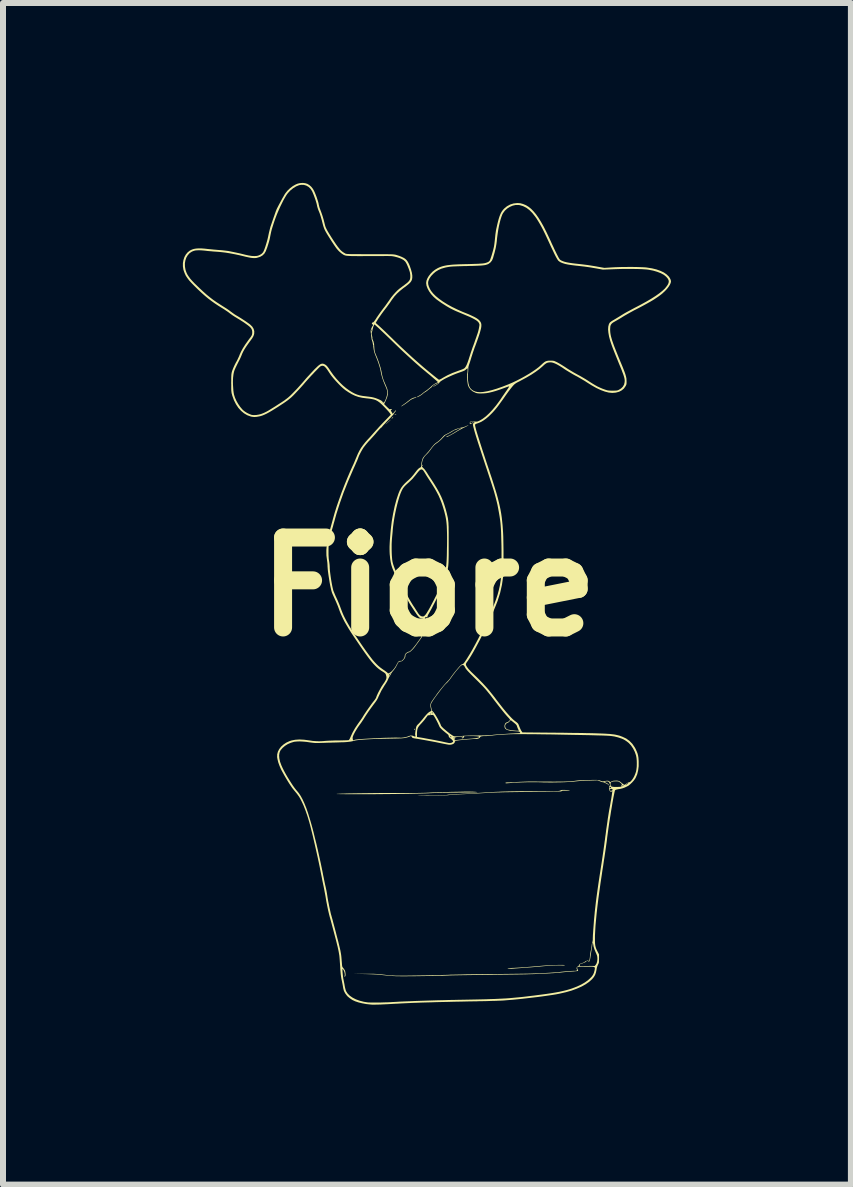
<source format=kicad_pcb>
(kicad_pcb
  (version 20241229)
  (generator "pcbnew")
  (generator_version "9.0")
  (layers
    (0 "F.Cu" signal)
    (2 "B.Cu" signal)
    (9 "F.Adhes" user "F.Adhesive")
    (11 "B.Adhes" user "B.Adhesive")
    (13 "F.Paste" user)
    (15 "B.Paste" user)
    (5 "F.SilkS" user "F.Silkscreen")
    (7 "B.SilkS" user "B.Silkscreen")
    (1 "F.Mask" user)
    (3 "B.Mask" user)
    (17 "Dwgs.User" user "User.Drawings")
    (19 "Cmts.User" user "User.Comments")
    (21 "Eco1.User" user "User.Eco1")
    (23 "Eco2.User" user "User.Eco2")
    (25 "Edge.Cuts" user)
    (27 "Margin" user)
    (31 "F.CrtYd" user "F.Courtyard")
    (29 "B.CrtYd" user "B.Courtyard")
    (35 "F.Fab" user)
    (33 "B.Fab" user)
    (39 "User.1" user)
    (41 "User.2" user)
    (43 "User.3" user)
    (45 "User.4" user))
  (footprint "Fiore"
    (layer "F.Cu")
    (at 4.099 6.735)
    (property "Reference" "Fiore" (at 0 0 0) (layer "F.SilkS") (effects (font (size 1.5 1.5) (thickness 0.3))))
    (attr board_only exclude_from_pos_files exclude_from_bom)
    (fp_poly (pts (xy 3.059 3.31) (xy 3.058 3.314) (xy 3.055 3.314) (xy 3.05 3.312) (xy 3.051 3.31) (xy 3.058 3.31)) (stroke (width 0) (type solid)) (fill yes) (layer "F.SilkS"))
    (fp_poly (pts (xy -0.227 2.369) (xy -0.232 2.379) (xy -0.24 2.386) (xy -0.244 2.384) (xy -0.243 2.376) (xy -0.239 2.371) (xy -0.229 2.365)) (stroke (width 0) (type solid)) (fill yes) (layer "F.SilkS"))
    (fp_poly (pts (xy -0.539 -2.877) (xy -0.539 -2.875) (xy -0.551 -2.871) (xy -0.556 -2.87) (xy -0.568 -2.868) (xy -0.569 -2.872) (xy -0.561 -2.876) (xy -0.55 -2.878)) (stroke (width 0) (type solid)) (fill yes) (layer "F.SilkS"))
    (fp_poly (pts (xy -0.101 -2.03) (xy -0.1 -2.026) (xy -0.103 -2.018) (xy -0.106 -2.017) (xy -0.111 -2.022) (xy -0.112 -2.026) (xy -0.109 -2.034) (xy -0.106 -2.035)) (stroke (width 0) (type solid)) (fill yes) (layer "F.SilkS"))
    (fp_poly (pts (xy -0.594 -2.828) (xy -0.595 -2.827) (xy -0.602 -2.816) (xy -0.61 -2.807) (xy -0.617 -2.803) (xy -0.619 -2.805) (xy -0.615 -2.813) (xy -0.606 -2.824) (xy -0.604 -2.825) (xy -0.594 -2.834) (xy -0.591 -2.835)) (stroke (width 0) (type solid)) (fill yes) (layer "F.SilkS"))
    (fp_poly (pts (xy -0.635 -2.783) (xy -0.646 -2.772) (xy -0.663 -2.757) (xy -0.683 -2.739) (xy -0.701 -2.723) (xy -0.713 -2.713) (xy -0.719 -2.708) (xy -0.717 -2.711) (xy -0.717 -2.712) (xy -0.705 -2.724) (xy -0.69 -2.738) (xy -0.673 -2.754) (xy -0.657 -2.768) (xy -0.643 -2.78) (xy -0.634 -2.787) (xy -0.631 -2.788)) (stroke (width 0) (type solid)) (fill yes) (layer "F.SilkS"))
    (fp_poly (pts (xy -0.207 -3.165) (xy -0.206 -3.161) (xy -0.212 -3.157) (xy -0.225 -3.151) (xy -0.237 -3.146) (xy -0.271 -3.133) (xy -0.301 -3.117) (xy -0.332 -3.093) (xy -0.335 -3.091) (xy -0.353 -3.077) (xy -0.373 -3.062) (xy -0.396 -3.046) (xy -0.417 -3.032) (xy -0.437 -3.019) (xy -0.451 -3.011) (xy -0.459 -3.008) (xy -0.46 -3.008) (xy -0.455 -3.014) (xy -0.443 -3.024) (xy -0.426 -3.036) (xy -0.417 -3.042) (xy -0.394 -3.059) (xy -0.371 -3.075) (xy -0.354 -3.089) (xy -0.351 -3.092) (xy -0.316 -3.119) (xy -0.285 -3.139) (xy -0.258 -3.151) (xy -0.247 -3.154) (xy -0.232 -3.157) (xy -0.222 -3.161) (xy -0.221 -3.162) (xy -0.214 -3.167)) (stroke (width 0) (type solid)) (fill yes) (layer "F.SilkS"))
    (fp_poly (pts (xy 2.245 6.306) (xy 2.263 6.307) (xy 2.271 6.309) (xy 2.27 6.311) (xy 2.255 6.314) (xy 2.232 6.315) (xy 2.217 6.314) (xy 2.196 6.313) (xy 2.165 6.313) (xy 2.127 6.314) (xy 2.083 6.316) (xy 2.037 6.318) (xy 1.989 6.321) (xy 1.942 6.324) (xy 1.899 6.328) (xy 1.867 6.331) (xy 1.836 6.334) (xy 1.798 6.337) (xy 1.754 6.341) (xy 1.708 6.345) (xy 1.664 6.348) (xy 1.66 6.348) (xy 1.616 6.351) (xy 1.572 6.355) (xy 1.528 6.358) (xy 1.49 6.361) (xy 1.461 6.363) (xy 1.458 6.363) (xy 1.411 6.367) (xy 1.372 6.369) (xy 1.343 6.369) (xy 1.324 6.368) (xy 1.315 6.365) (xy 1.315 6.364) (xy 1.321 6.362) (xy 1.336 6.36) (xy 1.359 6.358) (xy 1.387 6.356) (xy 1.396 6.356) (xy 1.456 6.353) (xy 1.524 6.349) (xy 1.597 6.344) (xy 1.672 6.338) (xy 1.746 6.332) (xy 1.815 6.326) (xy 1.861 6.322) (xy 1.895 6.319) (xy 1.935 6.316) (xy 1.977 6.313) (xy 2.021 6.311) (xy 2.066 6.309) (xy 2.109 6.308) (xy 2.151 6.306) (xy 2.188 6.306) (xy 2.22 6.306)) (stroke (width 0) (type solid)) (fill yes) (layer "F.SilkS"))
    (fp_poly (pts (xy 0.709 3.416) (xy 0.746 3.417) (xy 0.776 3.419) (xy 0.799 3.421) (xy 0.811 3.424) (xy 0.814 3.425) (xy 0.808 3.426) (xy 0.792 3.427) (xy 0.766 3.428) (xy 0.731 3.429) (xy 0.689 3.429) (xy 0.64 3.43) (xy 0.587 3.43) (xy 0.529 3.431) (xy 0.5 3.431) (xy 0.436 3.432) (xy 0.372 3.432) (xy 0.311 3.433) (xy 0.252 3.434) (xy 0.199 3.435) (xy 0.153 3.436) (xy 0.114 3.437) (xy 0.086 3.438) (xy 0.083 3.439) (xy 0.032 3.441) (xy -0.029 3.444) (xy -0.1 3.446) (xy -0.18 3.448) (xy -0.267 3.45) (xy -0.361 3.452) (xy -0.461 3.453) (xy -0.565 3.455) (xy -0.672 3.456) (xy -0.782 3.457) (xy -0.893 3.458) (xy -1.004 3.458) (xy -1.078 3.458) (xy -1.15 3.458) (xy -1.219 3.458) (xy -1.284 3.458) (xy -1.344 3.458) (xy -1.397 3.458) (xy -1.443 3.457) (xy -1.481 3.457) (xy -1.51 3.456) (xy -1.53 3.456) (xy -1.539 3.455) (xy -1.539 3.455) (xy -1.533 3.454) (xy -1.517 3.452) (xy -1.49 3.451) (xy -1.453 3.449) (xy -1.408 3.448) (xy -1.355 3.446) (xy -1.295 3.445) (xy -1.228 3.444) (xy -1.156 3.443) (xy -1.079 3.442) (xy -0.998 3.441) (xy -0.914 3.44) (xy -0.828 3.439) (xy -0.739 3.439) (xy -0.65 3.438) (xy -0.561 3.438) (xy -0.472 3.438) (xy -0.385 3.438) (xy -0.3 3.438) (xy -0.291 3.438) (xy -0.238 3.438) (xy -0.185 3.438) (xy -0.134 3.437) (xy -0.087 3.436) (xy -0.046 3.435) (xy -0.013 3.433) (xy -0.002 3.433) (xy 0.028 3.431) (xy 0.066 3.429) (xy 0.112 3.427) (xy 0.161 3.425) (xy 0.212 3.424) (xy 0.262 3.423) (xy 0.262 3.423) (xy 0.316 3.422) (xy 0.373 3.42) (xy 0.431 3.419) (xy 0.487 3.418) (xy 0.537 3.417) (xy 0.571 3.416) (xy 0.62 3.415) (xy 0.666 3.415)) (stroke (width 0) (type solid)) (fill yes) (layer "F.SilkS"))
    (fp_poly (pts (xy 2.251 3.387) (xy 2.279 3.388) (xy 2.286 3.389) (xy 2.312 3.391) (xy 2.334 3.393) (xy 2.348 3.396) (xy 2.353 3.398) (xy 2.348 3.4) (xy 2.333 3.401) (xy 2.31 3.401) (xy 2.288 3.4) (xy 2.262 3.4) (xy 2.241 3.4) (xy 2.227 3.401) (xy 2.223 3.403) (xy 2.218 3.407) (xy 2.207 3.412) (xy 2.199 3.413) (xy 2.18 3.413) (xy 2.151 3.414) (xy 2.112 3.415) (xy 2.066 3.416) (xy 2.012 3.417) (xy 1.951 3.418) (xy 1.885 3.418) (xy 1.815 3.419) (xy 1.74 3.42) (xy 1.681 3.421) (xy 1.601 3.421) (xy 1.523 3.422) (xy 1.446 3.423) (xy 1.373 3.424) (xy 1.305 3.425) (xy 1.242 3.426) (xy 1.186 3.428) (xy 1.138 3.429) (xy 1.099 3.43) (xy 1.07 3.431) (xy 1.059 3.432) (xy 0.95 3.438) (xy 0.847 3.444) (xy 0.75 3.449) (xy 0.661 3.454) (xy 0.58 3.458) (xy 0.51 3.461) (xy 0.495 3.462) (xy 0.455 3.464) (xy 0.417 3.466) (xy 0.383 3.469) (xy 0.356 3.471) (xy 0.337 3.473) (xy 0.333 3.474) (xy 0.32 3.476) (xy 0.296 3.477) (xy 0.264 3.479) (xy 0.225 3.48) (xy 0.181 3.481) (xy 0.132 3.482) (xy 0.082 3.482) (xy 0.031 3.482) (xy -0.018 3.483) (xy -0.066 3.482) (xy -0.108 3.482) (xy -0.145 3.481) (xy -0.174 3.48) (xy -0.183 3.479) (xy -0.181 3.479) (xy -0.169 3.478) (xy -0.147 3.477) (xy -0.117 3.477) (xy -0.078 3.477) (xy -0.033 3.476) (xy 0.015 3.476) (xy 0.086 3.476) (xy 0.146 3.476) (xy 0.196 3.475) (xy 0.236 3.474) (xy 0.268 3.473) (xy 0.291 3.472) (xy 0.308 3.47) (xy 0.313 3.469) (xy 0.33 3.466) (xy 0.357 3.464) (xy 0.391 3.461) (xy 0.429 3.458) (xy 0.47 3.456) (xy 0.481 3.456) (xy 0.527 3.454) (xy 0.578 3.451) (xy 0.629 3.449) (xy 0.676 3.446) (xy 0.714 3.444) (xy 0.797 3.439) (xy 0.868 3.435) (xy 0.928 3.431) (xy 0.977 3.428) (xy 1.015 3.426) (xy 1.042 3.424) (xy 1.056 3.423) (xy 1.115 3.42) (xy 1.171 3.418) (xy 1.225 3.415) (xy 1.279 3.414) (xy 1.334 3.412) (xy 1.392 3.411) (xy 1.454 3.41) (xy 1.522 3.409) (xy 1.598 3.409) (xy 1.683 3.409) (xy 1.758 3.409) (xy 1.838 3.409) (xy 1.907 3.409) (xy 1.966 3.409) (xy 2.016 3.408) (xy 2.057 3.408) (xy 2.091 3.408) (xy 2.118 3.407) (xy 2.14 3.406) (xy 2.156 3.406) (xy 2.169 3.404) (xy 2.178 3.403) (xy 2.185 3.401) (xy 2.189 3.4) (xy 2.212 3.4) (xy 2.214 3.403) (xy 2.217 3.4) (xy 2.214 3.397) (xy 2.212 3.4) (xy 2.189 3.4) (xy 2.19 3.399) (xy 2.195 3.397) (xy 2.196 3.397) (xy 2.207 3.391) (xy 2.218 3.388) (xy 2.232 3.387)) (stroke (width 0) (type solid)) (fill yes) (layer "F.SilkS"))
    (fp_poly (pts (xy -2.059 -6.73) (xy -2.023 -6.719) (xy -2.02 -6.717) (xy -1.989 -6.698) (xy -1.958 -6.67) (xy -1.932 -6.637) (xy -1.915 -6.608) (xy -1.9 -6.576) (xy -1.885 -6.539) (xy -1.87 -6.5) (xy -1.857 -6.46) (xy -1.845 -6.424) (xy -1.837 -6.394) (xy -1.834 -6.376) (xy -1.828 -6.349) (xy -1.819 -6.317) (xy -1.808 -6.289) (xy -1.808 -6.288) (xy -1.79 -6.24) (xy -1.771 -6.185) (xy -1.753 -6.124) (xy -1.737 -6.061) (xy -1.731 -6.036) (xy -1.725 -6.014) (xy -1.717 -5.992) (xy -1.707 -5.971) (xy -1.695 -5.947) (xy -1.679 -5.919) (xy -1.659 -5.886) (xy -1.634 -5.846) (xy -1.61 -5.808) (xy -1.575 -5.755) (xy -1.545 -5.71) (xy -1.518 -5.673) (xy -1.495 -5.644) (xy -1.474 -5.619) (xy -1.453 -5.599) (xy -1.433 -5.583) (xy -1.411 -5.569) (xy -1.392 -5.558) (xy -1.387 -5.555) (xy -1.382 -5.553) (xy -1.374 -5.552) (xy -1.365 -5.551) (xy -1.351 -5.549) (xy -1.333 -5.549) (xy -1.31 -5.548) (xy -1.28 -5.547) (xy -1.244 -5.547) (xy -1.199 -5.547) (xy -1.146 -5.547) (xy -1.083 -5.546) (xy -1.01 -5.546) (xy -0.979 -5.546) (xy -0.901 -5.546) (xy -0.835 -5.546) (xy -0.778 -5.546) (xy -0.73 -5.546) (xy -0.69 -5.546) (xy -0.658 -5.545) (xy -0.631 -5.545) (xy -0.61 -5.544) (xy -0.592 -5.543) (xy -0.579 -5.541) (xy -0.567 -5.54) (xy -0.557 -5.538) (xy -0.548 -5.536) (xy -0.538 -5.533) (xy -0.537 -5.533) (xy -0.491 -5.518) (xy -0.449 -5.501) (xy -0.413 -5.483) (xy -0.392 -5.469) (xy -0.37 -5.449) (xy -0.351 -5.423) (xy -0.332 -5.388) (xy -0.316 -5.35) (xy -0.295 -5.289) (xy -0.281 -5.237) (xy -0.274 -5.192) (xy -0.274 -5.153) (xy -0.279 -5.124) (xy -0.286 -5.107) (xy -0.295 -5.091) (xy -0.309 -5.073) (xy -0.328 -5.054) (xy -0.354 -5.032) (xy -0.388 -5.005) (xy -0.422 -4.981) (xy -0.479 -4.935) (xy -0.528 -4.89) (xy -0.571 -4.843) (xy -0.61 -4.791) (xy -0.624 -4.771) (xy -0.646 -4.738) (xy -0.673 -4.701) (xy -0.699 -4.665) (xy -0.72 -4.638) (xy -0.753 -4.595) (xy -0.786 -4.55) (xy -0.816 -4.507) (xy -0.843 -4.468) (xy -0.863 -4.435) (xy -0.866 -4.431) (xy -0.884 -4.4) (xy -0.83 -4.352) (xy -0.814 -4.337) (xy -0.791 -4.316) (xy -0.761 -4.288) (xy -0.727 -4.256) (xy -0.69 -4.22) (xy -0.65 -4.181) (xy -0.608 -4.141) (xy -0.587 -4.12) (xy -0.476 -4.013) (xy -0.371 -3.915) (xy -0.272 -3.824) (xy -0.176 -3.739) (xy -0.084 -3.659) (xy 0.007 -3.583) (xy 0.011 -3.58) (xy 0.046 -3.551) (xy 0.078 -3.525) (xy 0.108 -3.501) (xy 0.132 -3.482) (xy 0.15 -3.468) (xy 0.161 -3.459) (xy 0.162 -3.458) (xy 0.168 -3.455) (xy 0.175 -3.454) (xy 0.183 -3.456) (xy 0.196 -3.462) (xy 0.215 -3.472) (xy 0.241 -3.488) (xy 0.314 -3.528) (xy 0.395 -3.565) (xy 0.484 -3.598) (xy 0.505 -3.606) (xy 0.534 -3.616) (xy 0.56 -3.626) (xy 0.58 -3.635) (xy 0.591 -3.641) (xy 0.605 -3.654) (xy 0.619 -3.675) (xy 0.634 -3.704) (xy 0.649 -3.743) (xy 0.666 -3.792) (xy 0.675 -3.821) (xy 0.688 -3.861) (xy 0.703 -3.908) (xy 0.719 -3.954) (xy 0.733 -3.996) (xy 0.735 -4) (xy 0.758 -4.062) (xy 0.776 -4.115) (xy 0.792 -4.159) (xy 0.804 -4.195) (xy 0.815 -4.226) (xy 0.823 -4.252) (xy 0.829 -4.275) (xy 0.834 -4.296) (xy 0.837 -4.31) (xy 0.842 -4.338) (xy 0.845 -4.357) (xy 0.846 -4.371) (xy 0.844 -4.381) (xy 0.841 -4.389) (xy 0.832 -4.407) (xy 0.817 -4.424) (xy 0.796 -4.441) (xy 0.767 -4.459) (xy 0.731 -4.478) (xy 0.686 -4.5) (xy 0.631 -4.523) (xy 0.598 -4.537) (xy 0.541 -4.561) (xy 0.493 -4.581) (xy 0.453 -4.598) (xy 0.418 -4.614) (xy 0.388 -4.629) (xy 0.36 -4.643) (xy 0.341 -4.654) (xy 0.301 -4.677) (xy 0.257 -4.705) (xy 0.213 -4.733) (xy 0.172 -4.762) (xy 0.137 -4.787) (xy 0.126 -4.795) (xy 0.079 -4.837) (xy 0.038 -4.882) (xy 0.005 -4.929) (xy -0.02 -4.976) (xy -0.037 -5.022) (xy -0.043 -5.066) (xy -0.043 -5.067) (xy -0.041 -5.079) (xy -0.01 -5.079) (xy -0.009 -5.047) (xy 0.001 -5.01) (xy 0.019 -4.969) (xy 0.039 -4.935) (xy 0.073 -4.892) (xy 0.117 -4.848) (xy 0.172 -4.803) (xy 0.236 -4.757) (xy 0.308 -4.712) (xy 0.387 -4.668) (xy 0.473 -4.626) (xy 0.565 -4.585) (xy 0.602 -4.57) (xy 0.665 -4.545) (xy 0.717 -4.521) (xy 0.761 -4.5) (xy 0.795 -4.481) (xy 0.823 -4.462) (xy 0.844 -4.443) (xy 0.859 -4.424) (xy 0.867 -4.411) (xy 0.873 -4.396) (xy 0.877 -4.38) (xy 0.878 -4.361) (xy 0.877 -4.339) (xy 0.873 -4.313) (xy 0.865 -4.281) (xy 0.855 -4.243) (xy 0.841 -4.198) (xy 0.823 -4.145) (xy 0.801 -4.083) (xy 0.775 -4.012) (xy 0.766 -3.99) (xy 0.753 -3.951) (xy 0.737 -3.906) (xy 0.723 -3.861) (xy 0.71 -3.821) (xy 0.71 -3.82) (xy 0.7 -3.787) (xy 0.69 -3.755) (xy 0.681 -3.728) (xy 0.674 -3.707) (xy 0.672 -3.702) (xy 0.661 -3.663) (xy 0.66 -3.639) (xy 0.659 -3.616) (xy 0.658 -3.588) (xy 0.655 -3.56) (xy 0.655 -3.559) (xy 0.652 -3.52) (xy 0.653 -3.475) (xy 0.655 -3.444) (xy 0.662 -3.394) (xy 0.672 -3.354) (xy 0.686 -3.323) (xy 0.706 -3.298) (xy 0.731 -3.278) (xy 0.742 -3.271) (xy 0.776 -3.256) (xy 0.814 -3.248) (xy 0.858 -3.245) (xy 0.909 -3.249) (xy 0.914 -3.25) (xy 0.979 -3.261) (xy 1.052 -3.279) (xy 1.135 -3.304) (xy 1.226 -3.336) (xy 1.324 -3.374) (xy 1.336 -3.379) (xy 1.403 -3.408) (xy 1.472 -3.441) (xy 1.542 -3.477) (xy 1.61 -3.515) (xy 1.675 -3.553) (xy 1.735 -3.592) (xy 1.789 -3.629) (xy 1.835 -3.664) (xy 1.869 -3.694) (xy 1.899 -3.722) (xy 1.924 -3.743) (xy 1.945 -3.757) (xy 1.967 -3.765) (xy 1.99 -3.77) (xy 2.018 -3.771) (xy 2.029 -3.771) (xy 2.056 -3.771) (xy 2.076 -3.769) (xy 2.092 -3.766) (xy 2.111 -3.758) (xy 2.135 -3.747) (xy 2.156 -3.736) (xy 2.184 -3.72) (xy 2.217 -3.7) (xy 2.252 -3.678) (xy 2.283 -3.658) (xy 2.322 -3.632) (xy 2.368 -3.604) (xy 2.415 -3.576) (xy 2.46 -3.551) (xy 2.483 -3.538) (xy 2.524 -3.516) (xy 2.569 -3.49) (xy 2.615 -3.463) (xy 2.656 -3.437) (xy 2.677 -3.423) (xy 2.729 -3.39) (xy 2.774 -3.363) (xy 2.815 -3.34) (xy 2.856 -3.321) (xy 2.898 -3.303) (xy 2.926 -3.293) (xy 2.952 -3.284) (xy 2.972 -3.278) (xy 2.99 -3.274) (xy 3.01 -3.272) (xy 3.035 -3.271) (xy 3.064 -3.27) (xy 3.097 -3.271) (xy 3.121 -3.272) (xy 3.138 -3.273) (xy 3.152 -3.277) (xy 3.165 -3.282) (xy 3.167 -3.283) (xy 3.207 -3.307) (xy 3.237 -3.337) (xy 3.258 -3.373) (xy 3.267 -3.413) (xy 3.268 -3.432) (xy 3.268 -3.447) (xy 3.266 -3.462) (xy 3.263 -3.479) (xy 3.258 -3.498) (xy 3.251 -3.521) (xy 3.242 -3.548) (xy 3.229 -3.581) (xy 3.214 -3.622) (xy 3.194 -3.67) (xy 3.17 -3.728) (xy 3.16 -3.753) (xy 3.14 -3.803) (xy 3.12 -3.852) (xy 3.101 -3.899) (xy 3.084 -3.942) (xy 3.069 -3.98) (xy 3.058 -4.01) (xy 3.052 -4.026) (xy 3.026 -4.103) (xy 3.007 -4.174) (xy 2.996 -4.237) (xy 2.991 -4.292) (xy 2.994 -4.339) (xy 3.004 -4.378) (xy 3.015 -4.4) (xy 3.028 -4.413) (xy 3.049 -4.429) (xy 3.076 -4.446) (xy 3.077 -4.446) (xy 3.101 -4.46) (xy 3.131 -4.478) (xy 3.164 -4.498) (xy 3.195 -4.517) (xy 3.198 -4.519) (xy 3.217 -4.531) (xy 3.235 -4.542) (xy 3.253 -4.553) (xy 3.272 -4.564) (xy 3.293 -4.576) (xy 3.319 -4.59) (xy 3.349 -4.606) (xy 3.384 -4.625) (xy 3.427 -4.648) (xy 3.479 -4.675) (xy 3.527 -4.7) (xy 3.622 -4.752) (xy 3.706 -4.801) (xy 3.78 -4.848) (xy 3.844 -4.893) (xy 3.896 -4.935) (xy 3.938 -4.974) (xy 3.959 -5) (xy 3.983 -5.033) (xy 3.997 -5.061) (xy 4.003 -5.085) (xy 4.001 -5.108) (xy 3.991 -5.131) (xy 3.987 -5.138) (xy 3.959 -5.171) (xy 3.921 -5.202) (xy 3.871 -5.229) (xy 3.812 -5.252) (xy 3.744 -5.272) (xy 3.668 -5.287) (xy 3.638 -5.291) (xy 3.597 -5.294) (xy 3.547 -5.297) (xy 3.49 -5.299) (xy 3.427 -5.3) (xy 3.36 -5.301) (xy 3.29 -5.301) (xy 3.219 -5.3) (xy 3.147 -5.298) (xy 3.09 -5.296) (xy 2.904 -5.289) (xy 2.804 -5.307) (xy 2.746 -5.317) (xy 2.694 -5.326) (xy 2.645 -5.333) (xy 2.595 -5.34) (xy 2.542 -5.346) (xy 2.481 -5.353) (xy 2.459 -5.355) (xy 2.387 -5.364) (xy 2.326 -5.373) (xy 2.274 -5.384) (xy 2.233 -5.397) (xy 2.199 -5.411) (xy 2.174 -5.427) (xy 2.158 -5.441) (xy 2.148 -5.456) (xy 2.134 -5.479) (xy 2.117 -5.51) (xy 2.096 -5.551) (xy 2.072 -5.602) (xy 2.043 -5.662) (xy 2.011 -5.732) (xy 1.973 -5.814) (xy 1.939 -5.886) (xy 1.908 -5.949) (xy 1.878 -6.006) (xy 1.85 -6.056) (xy 1.823 -6.101) (xy 1.796 -6.144) (xy 1.776 -6.172) (xy 1.728 -6.233) (xy 1.679 -6.282) (xy 1.627 -6.321) (xy 1.573 -6.348) (xy 1.519 -6.364) (xy 1.499 -6.367) (xy 1.45 -6.367) (xy 1.4 -6.356) (xy 1.352 -6.335) (xy 1.308 -6.307) (xy 1.27 -6.272) (xy 1.239 -6.23) (xy 1.228 -6.21) (xy 1.214 -6.174) (xy 1.199 -6.128) (xy 1.185 -6.075) (xy 1.171 -6.015) (xy 1.159 -5.95) (xy 1.149 -5.883) (xy 1.14 -5.816) (xy 1.138 -5.796) (xy 1.134 -5.754) (xy 1.129 -5.717) (xy 1.123 -5.682) (xy 1.117 -5.648) (xy 1.108 -5.612) (xy 1.098 -5.571) (xy 1.084 -5.523) (xy 1.073 -5.483) (xy 1.056 -5.442) (xy 1.03 -5.409) (xy 0.998 -5.385) (xy 0.995 -5.383) (xy 0.981 -5.377) (xy 0.966 -5.372) (xy 0.949 -5.367) (xy 0.928 -5.363) (xy 0.903 -5.36) (xy 0.872 -5.357) (xy 0.834 -5.355) (xy 0.788 -5.353) (xy 0.732 -5.351) (xy 0.666 -5.35) (xy 0.652 -5.349) (xy 0.585 -5.348) (xy 0.528 -5.346) (xy 0.481 -5.345) (xy 0.441 -5.343) (xy 0.409 -5.342) (xy 0.382 -5.34) (xy 0.359 -5.338) (xy 0.339 -5.335) (xy 0.321 -5.332) (xy 0.303 -5.329) (xy 0.284 -5.325) (xy 0.271 -5.322) (xy 0.212 -5.305) (xy 0.161 -5.282) (xy 0.115 -5.254) (xy 0.077 -5.221) (xy 0.039 -5.181) (xy 0.012 -5.141) (xy -0.005 -5.102) (xy -0.01 -5.079) (xy -0.041 -5.079) (xy -0.038 -5.103) (xy -0.023 -5.142) (xy -0.000369 -5.181) (xy 0.03 -5.22) (xy 0.065 -5.256) (xy 0.105 -5.287) (xy 0.147 -5.312) (xy 0.176 -5.326) (xy 0.205 -5.337) (xy 0.236 -5.347) (xy 0.27 -5.355) (xy 0.308 -5.362) (xy 0.351 -5.367) (xy 0.4 -5.372) (xy 0.457 -5.375) (xy 0.523 -5.378) (xy 0.599 -5.38) (xy 0.652 -5.381) (xy 0.719 -5.383) (xy 0.776 -5.385) (xy 0.823 -5.386) (xy 0.862 -5.389) (xy 0.894 -5.391) (xy 0.919 -5.394) (xy 0.94 -5.398) (xy 0.957 -5.403) (xy 0.972 -5.408) (xy 0.972 -5.408) (xy 0.986 -5.414) (xy 0.997 -5.42) (xy 1.006 -5.427) (xy 1.015 -5.437) (xy 1.023 -5.451) (xy 1.03 -5.47) (xy 1.039 -5.496) (xy 1.05 -5.529) (xy 1.062 -5.571) (xy 1.073 -5.609) (xy 1.081 -5.642) (xy 1.089 -5.677) (xy 1.095 -5.719) (xy 1.101 -5.769) (xy 1.103 -5.789) (xy 1.108 -5.838) (xy 1.112 -5.877) (xy 1.117 -5.91) (xy 1.121 -5.94) (xy 1.127 -5.969) (xy 1.134 -6) (xy 1.142 -6.037) (xy 1.151 -6.074) (xy 1.166 -6.132) (xy 1.181 -6.179) (xy 1.197 -6.219) (xy 1.214 -6.251) (xy 1.234 -6.28) (xy 1.256 -6.305) (xy 1.257 -6.306) (xy 1.305 -6.346) (xy 1.357 -6.374) (xy 1.414 -6.392) (xy 1.475 -6.399) (xy 1.481 -6.399) (xy 1.526 -6.396) (xy 1.568 -6.385) (xy 1.613 -6.367) (xy 1.629 -6.359) (xy 1.669 -6.334) (xy 1.708 -6.302) (xy 1.748 -6.261) (xy 1.789 -6.212) (xy 1.83 -6.154) (xy 1.872 -6.086) (xy 1.916 -6.008) (xy 1.961 -5.919) (xy 2.008 -5.82) (xy 2.035 -5.762) (xy 2.054 -5.719) (xy 2.076 -5.673) (xy 2.097 -5.627) (xy 2.118 -5.584) (xy 2.135 -5.549) (xy 2.135 -5.549) (xy 2.152 -5.516) (xy 2.165 -5.491) (xy 2.175 -5.474) (xy 2.184 -5.462) (xy 2.192 -5.453) (xy 2.201 -5.447) (xy 2.211 -5.441) (xy 2.236 -5.43) (xy 2.265 -5.42) (xy 2.301 -5.411) (xy 2.345 -5.403) (xy 2.399 -5.395) (xy 2.44 -5.39) (xy 2.504 -5.383) (xy 2.558 -5.377) (xy 2.605 -5.371) (xy 2.647 -5.366) (xy 2.685 -5.36) (xy 2.722 -5.354) (xy 2.76 -5.348) (xy 2.801 -5.341) (xy 2.81 -5.339) (xy 2.928 -5.318) (xy 3.055 -5.326) (xy 3.108 -5.329) (xy 3.168 -5.331) (xy 3.231 -5.333) (xy 3.297 -5.333) (xy 3.363 -5.334) (xy 3.427 -5.333) (xy 3.487 -5.332) (xy 3.543 -5.33) (xy 3.59 -5.328) (xy 3.629 -5.325) (xy 3.642 -5.323) (xy 3.724 -5.31) (xy 3.798 -5.292) (xy 3.863 -5.269) (xy 3.92 -5.242) (xy 3.966 -5.21) (xy 4.003 -5.174) (xy 4.022 -5.146) (xy 4.035 -5.119) (xy 4.04 -5.094) (xy 4.04 -5.093) (xy 4.035 -5.067) (xy 4.021 -5.036) (xy 4 -5.002) (xy 3.972 -4.966) (xy 3.938 -4.93) (xy 3.9 -4.895) (xy 3.894 -4.889) (xy 3.862 -4.864) (xy 3.828 -4.839) (xy 3.791 -4.814) (xy 3.75 -4.787) (xy 3.703 -4.759) (xy 3.65 -4.729) (xy 3.59 -4.696) (xy 3.521 -4.659) (xy 3.442 -4.618) (xy 3.429 -4.612) (xy 3.389 -4.59) (xy 3.345 -4.566) (xy 3.301 -4.541) (xy 3.261 -4.518) (xy 3.238 -4.504) (xy 3.205 -4.483) (xy 3.171 -4.463) (xy 3.139 -4.444) (xy 3.112 -4.429) (xy 3.102 -4.423) (xy 3.071 -4.405) (xy 3.05 -4.387) (xy 3.036 -4.367) (xy 3.028 -4.342) (xy 3.026 -4.309) (xy 3.025 -4.292) (xy 3.026 -4.266) (xy 3.028 -4.24) (xy 3.032 -4.212) (xy 3.038 -4.181) (xy 3.047 -4.148) (xy 3.058 -4.11) (xy 3.073 -4.067) (xy 3.09 -4.019) (xy 3.112 -3.963) (xy 3.137 -3.9) (xy 3.166 -3.828) (xy 3.2 -3.746) (xy 3.212 -3.718) (xy 3.235 -3.662) (xy 3.253 -3.616) (xy 3.268 -3.577) (xy 3.279 -3.545) (xy 3.287 -3.517) (xy 3.293 -3.493) (xy 3.297 -3.471) (xy 3.298 -3.45) (xy 3.299 -3.432) (xy 3.299 -3.405) (xy 3.298 -3.386) (xy 3.295 -3.371) (xy 3.289 -3.358) (xy 3.282 -3.345) (xy 3.255 -3.306) (xy 3.219 -3.276) (xy 3.176 -3.253) (xy 3.124 -3.239) (xy 3.112 -3.237) (xy 3.059 -3.233) (xy 3.001 -3.239) (xy 2.938 -3.255) (xy 2.87 -3.28) (xy 2.797 -3.314) (xy 2.717 -3.359) (xy 2.636 -3.41) (xy 2.601 -3.433) (xy 2.558 -3.458) (xy 2.514 -3.484) (xy 2.472 -3.508) (xy 2.45 -3.519) (xy 2.412 -3.54) (xy 2.371 -3.564) (xy 2.331 -3.588) (xy 2.295 -3.61) (xy 2.276 -3.622) (xy 2.223 -3.658) (xy 2.176 -3.687) (xy 2.137 -3.709) (xy 2.103 -3.725) (xy 2.074 -3.736) (xy 2.048 -3.742) (xy 2.024 -3.743) (xy 2.012 -3.742) (xy 1.99 -3.739) (xy 1.971 -3.733) (xy 1.952 -3.722) (xy 1.932 -3.707) (xy 1.907 -3.684) (xy 1.896 -3.674) (xy 1.847 -3.632) (xy 1.786 -3.587) (xy 1.714 -3.539) (xy 1.631 -3.49) (xy 1.538 -3.44) (xy 1.516 -3.428) (xy 1.484 -3.412) (xy 1.461 -3.399) (xy 1.443 -3.387) (xy 1.429 -3.376) (xy 1.414 -3.361) (xy 1.398 -3.343) (xy 1.393 -3.337) (xy 1.376 -3.316) (xy 1.354 -3.288) (xy 1.329 -3.255) (xy 1.304 -3.22) (xy 1.281 -3.188) (xy 1.238 -3.126) (xy 1.2 -3.074) (xy 1.167 -3.028) (xy 1.137 -2.989) (xy 1.109 -2.955) (xy 1.083 -2.925) (xy 1.057 -2.897) (xy 1.048 -2.888) (xy 1 -2.841) (xy 0.956 -2.804) (xy 0.914 -2.774) (xy 0.874 -2.75) (xy 0.832 -2.732) (xy 0.812 -2.725) (xy 0.792 -2.718) (xy 0.78 -2.712) (xy 0.774 -2.706) (xy 0.773 -2.697) (xy 0.773 -2.695) (xy 0.775 -2.681) (xy 0.781 -2.655) (xy 0.79 -2.619) (xy 0.804 -2.571) (xy 0.822 -2.513) (xy 0.844 -2.443) (xy 0.87 -2.362) (xy 0.899 -2.271) (xy 0.933 -2.168) (xy 0.97 -2.055) (xy 1.012 -1.931) (xy 1.017 -1.914) (xy 1.052 -1.81) (xy 1.082 -1.715) (xy 1.109 -1.629) (xy 1.133 -1.55) (xy 1.153 -1.477) (xy 1.17 -1.409) (xy 1.185 -1.344) (xy 1.198 -1.281) (xy 1.209 -1.218) (xy 1.218 -1.155) (xy 1.225 -1.09) (xy 1.232 -1.022) (xy 1.237 -0.949) (xy 1.239 -0.92) (xy 1.241 -0.884) (xy 1.243 -0.839) (xy 1.244 -0.787) (xy 1.245 -0.729) (xy 1.246 -0.667) (xy 1.247 -0.602) (xy 1.247 -0.536) (xy 1.247 -0.47) (xy 1.247 -0.407) (xy 1.246 -0.347) (xy 1.245 -0.292) (xy 1.244 -0.243) (xy 1.242 -0.203) (xy 1.241 -0.172) (xy 1.24 -0.162) (xy 1.221 -0.032) (xy 1.191 0.101) (xy 1.149 0.234) (xy 1.116 0.318) (xy 1.085 0.393) (xy 1.051 0.471) (xy 1.015 0.552) (xy 0.976 0.634) (xy 0.937 0.716) (xy 0.897 0.798) (xy 0.857 0.876) (xy 0.817 0.952) (xy 0.779 1.023) (xy 0.743 1.088) (xy 0.709 1.146) (xy 0.678 1.196) (xy 0.651 1.237) (xy 0.642 1.249) (xy 0.63 1.266) (xy 0.622 1.281) (xy 0.619 1.29) (xy 0.624 1.312) (xy 0.64 1.339) (xy 0.665 1.372) (xy 0.7 1.41) (xy 0.712 1.422) (xy 0.769 1.477) (xy 0.819 1.525) (xy 0.862 1.569) (xy 0.901 1.609) (xy 0.935 1.646) (xy 0.968 1.682) (xy 1 1.719) (xy 1.031 1.758) (xy 1.065 1.8) (xy 1.101 1.846) (xy 1.129 1.884) (xy 1.189 1.961) (xy 1.242 2.029) (xy 1.29 2.087) (xy 1.333 2.136) (xy 1.371 2.177) (xy 1.404 2.21) (xy 1.434 2.235) (xy 1.442 2.241) (xy 1.465 2.258) (xy 1.481 2.272) (xy 1.491 2.284) (xy 1.498 2.297) (xy 1.501 2.304) (xy 1.515 2.34) (xy 1.529 2.372) (xy 1.542 2.398) (xy 1.551 2.411) (xy 1.562 2.428) (xy 1.992 2.432) (xy 2.125 2.433) (xy 2.248 2.434) (xy 2.36 2.436) (xy 2.462 2.437) (xy 2.554 2.438) (xy 2.637 2.44) (xy 2.713 2.441) (xy 2.78 2.443) (xy 2.84 2.445) (xy 2.893 2.447) (xy 2.941 2.449) (xy 2.983 2.452) (xy 3.02 2.454) (xy 3.053 2.458) (xy 3.082 2.461) (xy 3.108 2.465) (xy 3.131 2.47) (xy 3.153 2.475) (xy 3.173 2.48) (xy 3.192 2.486) (xy 3.21 2.493) (xy 3.229 2.5) (xy 3.231 2.501) (xy 3.293 2.53) (xy 3.348 2.57) (xy 3.395 2.618) (xy 3.434 2.675) (xy 3.45 2.704) (xy 3.468 2.744) (xy 3.482 2.779) (xy 3.491 2.813) (xy 3.497 2.85) (xy 3.5 2.893) (xy 3.501 2.911) (xy 3.501 2.991) (xy 3.492 3.063) (xy 3.476 3.128) (xy 3.451 3.185) (xy 3.441 3.202) (xy 3.42 3.231) (xy 3.393 3.261) (xy 3.363 3.29) (xy 3.335 3.313) (xy 3.33 3.317) (xy 3.301 3.332) (xy 3.267 3.348) (xy 3.23 3.361) (xy 3.197 3.369) (xy 3.193 3.37) (xy 3.16 3.375) (xy 3.137 3.38) (xy 3.122 3.384) (xy 3.112 3.389) (xy 3.107 3.395) (xy 3.104 3.402) (xy 3.102 3.408) (xy 3.097 3.431) (xy 3.09 3.466) (xy 3.081 3.508) (xy 3.072 3.559) (xy 3.062 3.615) (xy 3.052 3.676) (xy 3.041 3.739) (xy 3.031 3.805) (xy 3.02 3.871) (xy 3.01 3.935) (xy 3.001 3.997) (xy 2.993 4.055) (xy 2.986 4.107) (xy 2.981 4.143) (xy 2.976 4.181) (xy 2.972 4.218) (xy 2.967 4.257) (xy 2.961 4.298) (xy 2.955 4.342) (xy 2.948 4.391) (xy 2.94 4.445) (xy 2.931 4.506) (xy 2.92 4.574) (xy 2.909 4.651) (xy 2.895 4.738) (xy 2.887 4.795) (xy 2.865 4.939) (xy 2.846 5.077) (xy 2.828 5.208) (xy 2.813 5.332) (xy 2.8 5.448) (xy 2.79 5.555) (xy 2.781 5.653) (xy 2.776 5.742) (xy 2.772 5.82) (xy 2.772 5.871) (xy 2.772 5.917) (xy 2.774 5.954) (xy 2.778 5.985) (xy 2.785 6.013) (xy 2.794 6.039) (xy 2.808 6.068) (xy 2.815 6.082) (xy 2.84 6.13) (xy 2.84 6.201) (xy 2.839 6.232) (xy 2.839 6.253) (xy 2.837 6.269) (xy 2.833 6.281) (xy 2.827 6.293) (xy 2.823 6.301) (xy 2.811 6.328) (xy 2.802 6.361) (xy 2.798 6.387) (xy 2.788 6.433) (xy 2.775 6.471) (xy 2.755 6.506) (xy 2.727 6.54) (xy 2.723 6.544) (xy 2.676 6.587) (xy 2.617 6.628) (xy 2.549 6.666) (xy 2.47 6.701) (xy 2.383 6.733) (xy 2.288 6.76) (xy 2.184 6.784) (xy 2.17 6.787) (xy 2.118 6.797) (xy 2.056 6.807) (xy 1.986 6.817) (xy 1.909 6.828) (xy 1.827 6.839) (xy 1.742 6.849) (xy 1.655 6.859) (xy 1.568 6.869) (xy 1.483 6.878) (xy 1.401 6.886) (xy 1.324 6.892) (xy 1.254 6.898) (xy 1.224 6.9) (xy 1.198 6.901) (xy 1.162 6.902) (xy 1.117 6.904) (xy 1.066 6.905) (xy 1.009 6.907) (xy 0.948 6.909) (xy 0.884 6.91) (xy 0.82 6.911) (xy 0.805 6.912) (xy 0.667 6.914) (xy 0.54 6.917) (xy 0.424 6.919) (xy 0.316 6.922) (xy 0.217 6.924) (xy 0.125 6.926) (xy 0.039 6.929) (xy -0.041 6.931) (xy -0.116 6.933) (xy -0.187 6.936) (xy -0.255 6.938) (xy -0.321 6.941) (xy -0.386 6.944) (xy -0.451 6.947) (xy -0.516 6.951) (xy -0.582 6.954) (xy -0.613 6.956) (xy -0.686 6.96) (xy -0.752 6.963) (xy -0.811 6.966) (xy -0.862 6.967) (xy -0.904 6.968) (xy -0.936 6.968) (xy -0.957 6.967) (xy -0.958 6.967) (xy -1.04 6.958) (xy -1.111 6.945) (xy -1.172 6.93) (xy -1.226 6.912) (xy -1.273 6.89) (xy -1.313 6.863) (xy -1.35 6.833) (xy -1.362 6.82) (xy -1.392 6.781) (xy -1.414 6.739) (xy -1.427 6.689) (xy -1.427 6.685) (xy -1.431 6.661) (xy -1.435 6.638) (xy -1.44 6.613) (xy -1.446 6.583) (xy -1.454 6.545) (xy -1.457 6.531) (xy -1.461 6.506) (xy -1.466 6.471) (xy -1.47 6.427) (xy -1.474 6.377) (xy -1.477 6.325) (xy -1.481 6.27) (xy -1.484 6.224) (xy -1.487 6.186) (xy -1.49 6.153) (xy -1.495 6.123) (xy -1.5 6.093) (xy -1.506 6.062) (xy -1.514 6.027) (xy -1.518 6.006) (xy -1.526 5.975) (xy -1.536 5.934) (xy -1.548 5.886) (xy -1.562 5.833) (xy -1.577 5.777) (xy -1.592 5.72) (xy -1.607 5.664) (xy -1.621 5.611) (xy -1.634 5.563) (xy -1.645 5.523) (xy -1.649 5.511) (xy -1.663 5.456) (xy -1.678 5.392) (xy -1.693 5.319) (xy -1.708 5.242) (xy -1.719 5.175) (xy -1.726 5.135) (xy -1.735 5.089) (xy -1.743 5.044) (xy -1.751 5.005) (xy -1.751 5.004) (xy -1.757 4.976) (xy -1.765 4.938) (xy -1.774 4.894) (xy -1.783 4.846) (xy -1.793 4.797) (xy -1.802 4.753) (xy -1.818 4.671) (xy -1.836 4.585) (xy -1.855 4.496) (xy -1.875 4.407) (xy -1.895 4.318) (xy -1.915 4.232) (xy -1.934 4.15) (xy -1.953 4.074) (xy -1.97 4.005) (xy -1.986 3.946) (xy -1.99 3.93) (xy -2.022 3.824) (xy -2.055 3.729) (xy -2.088 3.645) (xy -2.114 3.589) (xy -2.128 3.561) (xy -2.14 3.537) (xy -2.152 3.517) (xy -2.164 3.497) (xy -2.179 3.477) (xy -2.196 3.453) (xy -2.219 3.425) (xy -2.247 3.391) (xy -2.263 3.371) (xy -2.28 3.349) (xy -2.301 3.318) (xy -2.326 3.281) (xy -2.352 3.239) (xy -2.379 3.194) (xy -2.406 3.148) (xy -2.431 3.103) (xy -2.454 3.061) (xy -2.465 3.039) (xy -2.488 2.986) (xy -2.508 2.931) (xy -2.521 2.879) (xy -2.528 2.84) (xy -2.527 2.813) (xy -2.495 2.813) (xy -2.491 2.862) (xy -2.479 2.917) (xy -2.457 2.977) (xy -2.438 3.019) (xy -2.414 3.067) (xy -2.387 3.117) (xy -2.357 3.169) (xy -2.325 3.221) (xy -2.294 3.27) (xy -2.264 3.316) (xy -2.236 3.355) (xy -2.211 3.387) (xy -2.197 3.403) (xy -2.165 3.442) (xy -2.134 3.489) (xy -2.103 3.546) (xy -2.073 3.612) (xy -2.042 3.688) (xy -2.012 3.775) (xy -1.982 3.873) (xy -1.97 3.913) (xy -1.947 3.994) (xy -1.923 4.084) (xy -1.899 4.183) (xy -1.873 4.286) (xy -1.848 4.394) (xy -1.824 4.503) (xy -1.8 4.612) (xy -1.778 4.718) (xy -1.769 4.762) (xy -1.76 4.81) (xy -1.75 4.858) (xy -1.741 4.903) (xy -1.733 4.942) (xy -1.726 4.975) (xy -1.72 4.999) (xy -1.719 5.004) (xy -1.713 5.034) (xy -1.705 5.07) (xy -1.698 5.109) (xy -1.692 5.146) (xy -1.686 5.187) (xy -1.678 5.233) (xy -1.668 5.282) (xy -1.659 5.33) (xy -1.649 5.375) (xy -1.64 5.416) (xy -1.633 5.449) (xy -1.628 5.467) (xy -1.622 5.487) (xy -1.614 5.517) (xy -1.603 5.555) (xy -1.592 5.599) (xy -1.579 5.647) (xy -1.565 5.699) (xy -1.551 5.752) (xy -1.538 5.804) (xy -1.525 5.854) (xy -1.513 5.9) (xy -1.509 5.913) (xy -1.495 5.972) (xy -1.483 6.022) (xy -1.473 6.065) (xy -1.466 6.104) (xy -1.46 6.14) (xy -1.456 6.176) (xy -1.453 6.214) (xy -1.451 6.239) (xy -1.448 6.275) (xy -1.446 6.302) (xy -1.444 6.32) (xy -1.441 6.333) (xy -1.438 6.341) (xy -1.433 6.348) (xy -1.428 6.354) (xy -1.414 6.372) (xy -1.402 6.39) (xy -1.401 6.392) (xy -1.393 6.412) (xy -1.389 6.437) (xy -1.387 6.462) (xy -1.388 6.483) (xy -1.391 6.492) (xy -1.399 6.503) (xy -1.404 6.503) (xy -1.404 6.494) (xy -1.402 6.488) (xy -1.399 6.468) (xy -1.402 6.442) (xy -1.409 6.415) (xy -1.421 6.39) (xy -1.423 6.387) (xy -1.431 6.375) (xy -1.435 6.372) (xy -1.438 6.377) (xy -1.438 6.378) (xy -1.438 6.389) (xy -1.438 6.409) (xy -1.436 6.434) (xy -1.433 6.463) (xy -1.43 6.492) (xy -1.427 6.518) (xy -1.424 6.538) (xy -1.421 6.549) (xy -1.419 6.559) (xy -1.415 6.579) (xy -1.41 6.605) (xy -1.404 6.634) (xy -1.404 6.638) (xy -1.397 6.676) (xy -1.389 6.71) (xy -1.381 6.735) (xy -1.377 6.744) (xy -1.352 6.783) (xy -1.316 6.819) (xy -1.27 6.851) (xy -1.215 6.879) (xy -1.152 6.902) (xy -1.082 6.92) (xy -1.026 6.929) (xy -1.007 6.931) (xy -0.977 6.932) (xy -0.94 6.933) (xy -0.896 6.933) (xy -0.847 6.932) (xy -0.796 6.932) (xy -0.744 6.93) (xy -0.693 6.929) (xy -0.644 6.927) (xy -0.6 6.924) (xy -0.593 6.924) (xy -0.538 6.921) (xy -0.473 6.917) (xy -0.399 6.914) (xy -0.317 6.911) (xy -0.23 6.907) (xy -0.138 6.904) (xy -0.043 6.901) (xy 0.054 6.898) (xy 0.151 6.895) (xy 0.246 6.893) (xy 0.339 6.89) (xy 0.428 6.889) (xy 0.451 6.888) (xy 0.572 6.886) (xy 0.681 6.884) (xy 0.781 6.882) (xy 0.872 6.88) (xy 0.955 6.878) (xy 1.031 6.875) (xy 1.101 6.873) (xy 1.166 6.87) (xy 1.227 6.867) (xy 1.286 6.864) (xy 1.342 6.86) (xy 1.397 6.855) (xy 1.451 6.85) (xy 1.507 6.845) (xy 1.565 6.839) (xy 1.625 6.832) (xy 1.689 6.824) (xy 1.758 6.816) (xy 1.772 6.814) (xy 1.873 6.801) (xy 1.963 6.789) (xy 2.043 6.777) (xy 2.115 6.765) (xy 2.18 6.753) (xy 2.238 6.74) (xy 2.292 6.727) (xy 2.341 6.713) (xy 2.388 6.698) (xy 2.433 6.681) (xy 2.474 6.665) (xy 2.544 6.632) (xy 2.603 6.598) (xy 2.655 6.561) (xy 2.684 6.535) (xy 2.716 6.503) (xy 2.739 6.471) (xy 2.754 6.439) (xy 2.764 6.402) (xy 2.766 6.394) (xy 2.769 6.376) (xy 2.771 6.362) (xy 2.769 6.351) (xy 2.764 6.344) (xy 2.754 6.339) (xy 2.736 6.336) (xy 2.712 6.334) (xy 2.678 6.334) (xy 2.633 6.334) (xy 2.622 6.334) (xy 2.57 6.334) (xy 2.53 6.335) (xy 2.501 6.336) (xy 2.484 6.338) (xy 2.479 6.34) (xy 2.475 6.351) (xy 2.478 6.369) (xy 2.487 6.39) (xy 2.488 6.392) (xy 2.491 6.397) (xy 2.491 6.401) (xy 2.488 6.404) (xy 2.479 6.407) (xy 2.464 6.409) (xy 2.442 6.411) (xy 2.41 6.414) (xy 2.371 6.416) (xy 2.33 6.419) (xy 2.287 6.423) (xy 2.245 6.427) (xy 2.209 6.431) (xy 2.2 6.432) (xy 2.168 6.435) (xy 2.129 6.438) (xy 2.085 6.442) (xy 2.042 6.444) (xy 2.017 6.446) (xy 1.975 6.448) (xy 1.926 6.45) (xy 1.873 6.453) (xy 1.821 6.455) (xy 1.778 6.457) (xy 1.754 6.458) (xy 1.718 6.459) (xy 1.673 6.46) (xy 1.62 6.462) (xy 1.558 6.463) (xy 1.49 6.464) (xy 1.417 6.465) (xy 1.338 6.466) (xy 1.256 6.467) (xy 1.172 6.468) (xy 1.086 6.469) (xy 1.047 6.47) (xy 0.961 6.471) (xy 0.876 6.472) (xy 0.793 6.473) (xy 0.713 6.474) (xy 0.638 6.475) (xy 0.568 6.476) (xy 0.505 6.477) (xy 0.449 6.478) (xy 0.401 6.479) (xy 0.362 6.48) (xy 0.334 6.481) (xy 0.324 6.482) (xy 0.287 6.483) (xy 0.24 6.485) (xy 0.185 6.486) (xy 0.124 6.487) (xy 0.058 6.489) (xy -0.012 6.49) (xy -0.083 6.491) (xy -0.155 6.492) (xy -0.226 6.493) (xy -0.294 6.493) (xy -0.359 6.494) (xy -0.418 6.494) (xy -0.471 6.494) (xy -0.515 6.493) (xy -0.549 6.493) (xy -0.56 6.492) (xy -0.604 6.49) (xy -0.652 6.487) (xy -0.701 6.482) (xy -0.745 6.477) (xy -0.758 6.476) (xy -0.791 6.472) (xy -0.827 6.468) (xy -0.865 6.465) (xy -0.909 6.463) (xy -0.96 6.461) (xy -1.019 6.459) (xy -1.05 6.458) (xy -1.247 6.454) (xy -1.067 6.453) (xy -1.007 6.453) (xy -0.957 6.453) (xy -0.913 6.454) (xy -0.874 6.456) (xy -0.839 6.458) (xy -0.803 6.461) (xy -0.766 6.466) (xy -0.737 6.469) (xy -0.709 6.473) (xy -0.681 6.476) (xy -0.653 6.479) (xy -0.623 6.481) (xy -0.591 6.482) (xy -0.556 6.484) (xy -0.516 6.484) (xy -0.47 6.485) (xy -0.417 6.484) (xy -0.356 6.484) (xy -0.287 6.483) (xy -0.207 6.482) (xy -0.15 6.481) (xy -0.08 6.48) (xy -0.01 6.479) (xy 0.058 6.477) (xy 0.122 6.476) (xy 0.181 6.475) (xy 0.234 6.473) (xy 0.28 6.472) (xy 0.317 6.471) (xy 0.343 6.47) (xy 0.348 6.469) (xy 0.368 6.468) (xy 0.399 6.468) (xy 0.44 6.467) (xy 0.49 6.466) (xy 0.548 6.465) (xy 0.613 6.463) (xy 0.684 6.462) (xy 0.761 6.461) (xy 0.842 6.46) (xy 0.926 6.459) (xy 1.013 6.458) (xy 1.088 6.458) (xy 1.176 6.457) (xy 1.263 6.456) (xy 1.348 6.455) (xy 1.429 6.454) (xy 1.505 6.453) (xy 1.576 6.452) (xy 1.641 6.451) (xy 1.699 6.45) (xy 1.749 6.448) (xy 1.789 6.447) (xy 1.82 6.446) (xy 1.837 6.446) (xy 1.908 6.442) (xy 1.969 6.439) (xy 2.019 6.436) (xy 2.061 6.433) (xy 2.094 6.431) (xy 2.12 6.43) (xy 2.14 6.428) (xy 2.154 6.427) (xy 2.164 6.426) (xy 2.17 6.426) (xy 2.173 6.425) (xy 2.187 6.423) (xy 2.211 6.42) (xy 2.242 6.417) (xy 2.276 6.414) (xy 2.312 6.411) (xy 2.347 6.408) (xy 2.379 6.406) (xy 2.404 6.405) (xy 2.415 6.404) (xy 2.444 6.404) (xy 2.463 6.401) (xy 2.472 6.397) (xy 2.474 6.39) (xy 2.471 6.381) (xy 2.465 6.361) (xy 2.47 6.343) (xy 2.484 6.33) (xy 2.487 6.329) (xy 2.492 6.325) (xy 2.518 6.325) (xy 2.643 6.323) (xy 2.769 6.322) (xy 2.785 6.303) (xy 2.8 6.278) (xy 2.809 6.245) (xy 2.813 6.206) (xy 2.812 6.186) (xy 2.81 6.164) (xy 2.804 6.142) (xy 2.794 6.117) (xy 2.781 6.088) (xy 2.762 6.041) (xy 2.749 6) (xy 2.746 5.98) (xy 2.742 5.957) (xy 2.738 5.94) (xy 2.735 5.93) (xy 2.735 5.929) (xy 2.733 5.933) (xy 2.73 5.946) (xy 2.728 5.965) (xy 2.728 5.966) (xy 2.725 5.993) (xy 2.721 6.021) (xy 2.718 6.039) (xy 2.714 6.061) (xy 2.71 6.085) (xy 2.706 6.115) (xy 2.7 6.153) (xy 2.695 6.189) (xy 2.689 6.221) (xy 2.682 6.241) (xy 2.674 6.25) (xy 2.665 6.247) (xy 2.664 6.247) (xy 2.652 6.24) (xy 2.638 6.24) (xy 2.627 6.246) (xy 2.626 6.247) (xy 2.614 6.258) (xy 2.592 6.269) (xy 2.561 6.28) (xy 2.552 6.283) (xy 2.533 6.289) (xy 2.523 6.294) (xy 2.519 6.301) (xy 2.518 6.309) (xy 2.518 6.325) (xy 2.492 6.325) (xy 2.503 6.316) (xy 2.508 6.305) (xy 2.512 6.296) (xy 2.519 6.289) (xy 2.533 6.283) (xy 2.553 6.276) (xy 2.574 6.269) (xy 2.59 6.262) (xy 2.598 6.257) (xy 2.598 6.257) (xy 2.608 6.248) (xy 2.624 6.24) (xy 2.642 6.234) (xy 2.655 6.233) (xy 2.657 6.234) (xy 2.668 6.238) (xy 2.672 6.239) (xy 2.676 6.234) (xy 2.68 6.221) (xy 2.684 6.202) (xy 2.687 6.181) (xy 2.689 6.16) (xy 2.689 6.152) (xy 2.691 6.133) (xy 2.695 6.108) (xy 2.7 6.08) (xy 2.701 6.074) (xy 2.708 6.045) (xy 2.713 6.013) (xy 2.717 5.986) (xy 2.717 5.983) (xy 2.72 5.959) (xy 2.724 5.939) (xy 2.728 5.926) (xy 2.733 5.91) (xy 2.736 5.886) (xy 2.736 5.86) (xy 2.737 5.838) (xy 2.738 5.806) (xy 2.741 5.766) (xy 2.744 5.719) (xy 2.748 5.668) (xy 2.752 5.614) (xy 2.756 5.56) (xy 2.761 5.506) (xy 2.766 5.455) (xy 2.769 5.42) (xy 2.778 5.342) (xy 2.788 5.253) (xy 2.801 5.154) (xy 2.816 5.046) (xy 2.833 4.928) (xy 2.852 4.802) (xy 2.86 4.753) (xy 2.873 4.667) (xy 2.885 4.591) (xy 2.895 4.523) (xy 2.904 4.462) (xy 2.912 4.407) (xy 2.919 4.356) (xy 2.926 4.308) (xy 2.932 4.26) (xy 2.939 4.212) (xy 2.945 4.162) (xy 2.949 4.137) (xy 2.954 4.099) (xy 2.959 4.056) (xy 2.966 4.01) (xy 2.973 3.962) (xy 2.98 3.914) (xy 2.986 3.868) (xy 2.993 3.825) (xy 2.999 3.787) (xy 3.004 3.755) (xy 3.008 3.732) (xy 3.01 3.718) (xy 3.011 3.715) (xy 3.013 3.704) (xy 3.017 3.683) (xy 3.022 3.656) (xy 3.028 3.623) (xy 3.034 3.587) (xy 3.041 3.549) (xy 3.047 3.513) (xy 3.052 3.48) (xy 3.056 3.452) (xy 3.059 3.431) (xy 3.061 3.419) (xy 3.061 3.418) (xy 3.06 3.407) (xy 3.058 3.405) (xy 3.053 3.411) (xy 3.045 3.418) (xy 3.035 3.416) (xy 3.032 3.415) (xy 3.02 3.406) (xy 3.013 3.392) (xy 3.011 3.382) (xy 3.02 3.382) (xy 3.022 3.394) (xy 3.027 3.401) (xy 3.039 3.402) (xy 3.053 3.399) (xy 3.064 3.392) (xy 3.066 3.382) (xy 3.061 3.373) (xy 3.057 3.371) (xy 3.039 3.368) (xy 3.026 3.372) (xy 3.02 3.382) (xy 3.011 3.382) (xy 3.009 3.371) (xy 3.009 3.356) (xy 3.009 3.35) (xy 3.018 3.35) (xy 3.022 3.358) (xy 3.03 3.356) (xy 3.033 3.355) (xy 3.041 3.349) (xy 3.039 3.343) (xy 3.035 3.34) (xy 3.025 3.334) (xy 3.018 3.338) (xy 3.018 3.35) (xy 3.009 3.35) (xy 3.01 3.333) (xy 3.014 3.32) (xy 3.017 3.317) (xy 3.023 3.311) (xy 3.023 3.3) (xy 3.022 3.294) (xy 3.031 3.294) (xy 3.033 3.311) (xy 3.037 3.322) (xy 3.048 3.33) (xy 3.065 3.334) (xy 3.09 3.337) (xy 3.126 3.337) (xy 3.154 3.337) (xy 3.179 3.336) (xy 3.198 3.334) (xy 3.207 3.333) (xy 3.216 3.328) (xy 3.214 3.32) (xy 3.214 3.32) (xy 3.226 3.32) (xy 3.23 3.326) (xy 3.24 3.322) (xy 3.243 3.32) (xy 3.249 3.314) (xy 3.248 3.311) (xy 3.24 3.309) (xy 3.276 3.309) (xy 3.301 3.296) (xy 3.316 3.287) (xy 3.325 3.28) (xy 3.326 3.278) (xy 3.323 3.273) (xy 3.313 3.277) (xy 3.297 3.289) (xy 3.295 3.291) (xy 3.276 3.309) (xy 3.24 3.309) (xy 3.24 3.309) (xy 3.23 3.313) (xy 3.226 3.32) (xy 3.214 3.32) (xy 3.213 3.309) (xy 3.218 3.302) (xy 3.221 3.296) (xy 3.22 3.29) (xy 3.212 3.281) (xy 3.196 3.268) (xy 3.196 3.268) (xy 3.18 3.256) (xy 3.168 3.248) (xy 3.155 3.245) (xy 3.137 3.244) (xy 3.119 3.244) (xy 3.082 3.245) (xy 3.055 3.251) (xy 3.039 3.26) (xy 3.036 3.263) (xy 3.033 3.273) (xy 3.031 3.289) (xy 3.031 3.294) (xy 3.022 3.294) (xy 3.02 3.288) (xy 3.01 3.264) (xy 2.997 3.249) (xy 2.978 3.244) (xy 2.973 3.244) (xy 2.955 3.246) (xy 2.94 3.249) (xy 2.94 3.249) (xy 2.934 3.253) (xy 2.936 3.257) (xy 2.947 3.263) (xy 2.955 3.266) (xy 2.977 3.278) (xy 2.995 3.291) (xy 3.005 3.304) (xy 3.007 3.31) (xy 3.005 3.312) (xy 3.001 3.306) (xy 2.993 3.299) (xy 2.978 3.29) (xy 2.959 3.28) (xy 2.939 3.27) (xy 2.921 3.262) (xy 2.907 3.258) (xy 2.902 3.258) (xy 2.895 3.257) (xy 2.88 3.253) (xy 2.86 3.245) (xy 2.857 3.244) (xy 2.816 3.227) (xy 2.657 3.232) (xy 2.604 3.234) (xy 2.553 3.236) (xy 2.507 3.239) (xy 2.468 3.243) (xy 2.438 3.246) (xy 2.433 3.247) (xy 2.405 3.25) (xy 2.367 3.253) (xy 2.322 3.255) (xy 2.27 3.258) (xy 2.213 3.26) (xy 2.154 3.261) (xy 2.093 3.262) (xy 2.034 3.263) (xy 1.978 3.262) (xy 1.926 3.262) (xy 1.88 3.26) (xy 1.867 3.26) (xy 1.817 3.258) (xy 1.759 3.258) (xy 1.694 3.258) (xy 1.624 3.259) (xy 1.554 3.261) (xy 1.484 3.264) (xy 1.418 3.267) (xy 1.359 3.272) (xy 1.311 3.276) (xy 1.292 3.277) (xy 1.283 3.276) (xy 1.28 3.271) (xy 1.28 3.27) (xy 1.282 3.266) (xy 1.291 3.263) (xy 1.309 3.262) (xy 1.324 3.262) (xy 1.343 3.262) (xy 1.372 3.26) (xy 1.407 3.259) (xy 1.446 3.257) (xy 1.487 3.254) (xy 1.49 3.254) (xy 1.537 3.252) (xy 1.589 3.25) (xy 1.642 3.248) (xy 1.69 3.247) (xy 1.722 3.247) (xy 1.821 3.248) (xy 1.909 3.248) (xy 1.987 3.248) (xy 2.055 3.249) (xy 2.116 3.249) (xy 2.168 3.248) (xy 2.213 3.248) (xy 2.253 3.248) (xy 2.287 3.247) (xy 2.317 3.246) (xy 2.344 3.245) (xy 2.367 3.243) (xy 2.389 3.241) (xy 2.409 3.239) (xy 2.43 3.237) (xy 2.451 3.234) (xy 2.473 3.231) (xy 2.474 3.231) (xy 2.493 3.229) (xy 2.522 3.227) (xy 2.558 3.225) (xy 2.599 3.224) (xy 2.643 3.223) (xy 2.674 3.222) (xy 2.721 3.221) (xy 2.757 3.221) (xy 2.785 3.221) (xy 2.806 3.221) (xy 2.822 3.222) (xy 2.835 3.224) (xy 2.845 3.227) (xy 2.856 3.23) (xy 2.864 3.234) (xy 2.884 3.241) (xy 2.899 3.245) (xy 2.912 3.244) (xy 2.931 3.241) (xy 2.938 3.239) (xy 2.971 3.234) (xy 2.995 3.235) (xy 3.012 3.244) (xy 3.018 3.249) (xy 3.025 3.256) (xy 3.031 3.256) (xy 3.041 3.25) (xy 3.044 3.248) (xy 3.058 3.24) (xy 3.077 3.235) (xy 3.103 3.233) (xy 3.105 3.233) (xy 3.135 3.232) (xy 3.157 3.234) (xy 3.175 3.24) (xy 3.193 3.251) (xy 3.215 3.269) (xy 3.217 3.27) (xy 3.235 3.285) (xy 3.25 3.296) (xy 3.26 3.302) (xy 3.261 3.303) (xy 3.269 3.299) (xy 3.283 3.291) (xy 3.295 3.282) (xy 3.315 3.269) (xy 3.332 3.262) (xy 3.338 3.261) (xy 3.354 3.256) (xy 3.372 3.241) (xy 3.391 3.218) (xy 3.411 3.189) (xy 3.429 3.155) (xy 3.444 3.119) (xy 3.457 3.081) (xy 3.457 3.08) (xy 3.464 3.043) (xy 3.469 2.998) (xy 3.47 2.949) (xy 3.469 2.9) (xy 3.465 2.854) (xy 3.458 2.816) (xy 3.457 2.812) (xy 3.436 2.752) (xy 3.408 2.697) (xy 3.374 2.646) (xy 3.335 2.604) (xy 3.306 2.581) (xy 3.275 2.56) (xy 3.247 2.544) (xy 3.217 2.531) (xy 3.181 2.519) (xy 3.173 2.516) (xy 3.146 2.508) (xy 3.121 2.502) (xy 3.097 2.496) (xy 3.071 2.492) (xy 3.042 2.488) (xy 3.01 2.485) (xy 2.972 2.483) (xy 2.927 2.481) (xy 2.874 2.479) (xy 2.811 2.478) (xy 2.787 2.477) (xy 2.675 2.474) (xy 2.564 2.472) (xy 2.455 2.47) (xy 2.349 2.468) (xy 2.246 2.466) (xy 2.149 2.464) (xy 2.057 2.462) (xy 1.973 2.461) (xy 1.895 2.46) (xy 1.827 2.459) (xy 1.768 2.458) (xy 1.72 2.458) (xy 1.713 2.458) (xy 1.664 2.458) (xy 1.614 2.457) (xy 1.565 2.457) (xy 1.52 2.457) (xy 1.482 2.457) (xy 1.46 2.457) (xy 1.416 2.457) (xy 1.367 2.458) (xy 1.313 2.46) (xy 1.258 2.463) (xy 1.204 2.467) (xy 1.154 2.47) (xy 1.109 2.474) (xy 1.073 2.478) (xy 1.062 2.48) (xy 1.029 2.484) (xy 0.994 2.487) (xy 0.962 2.489) (xy 0.955 2.489) (xy 0.917 2.489) (xy 0.889 2.492) (xy 0.87 2.496) (xy 0.86 2.502) (xy 0.857 2.508) (xy 0.848 2.52) (xy 0.83 2.53) (xy 0.808 2.536) (xy 0.79 2.537) (xy 0.775 2.537) (xy 0.75 2.538) (xy 0.717 2.54) (xy 0.68 2.543) (xy 0.64 2.546) (xy 0.599 2.55) (xy 0.56 2.554) (xy 0.524 2.557) (xy 0.494 2.561) (xy 0.472 2.564) (xy 0.463 2.566) (xy 0.445 2.572) (xy 0.437 2.579) (xy 0.436 2.583) (xy 0.431 2.6) (xy 0.416 2.616) (xy 0.393 2.627) (xy 0.377 2.631) (xy 0.365 2.633) (xy 0.354 2.634) (xy 0.34 2.634) (xy 0.322 2.631) (xy 0.299 2.627) (xy 0.268 2.621) (xy 0.227 2.613) (xy 0.227 2.613) (xy 0.168 2.601) (xy 0.105 2.588) (xy 0.04 2.576) (xy -0.025 2.564) (xy -0.086 2.553) (xy -0.142 2.543) (xy -0.19 2.535) (xy -0.205 2.533) (xy -0.234 2.528) (xy -0.254 2.524) (xy -0.266 2.52) (xy -0.274 2.516) (xy -0.278 2.509) (xy -0.281 2.506) (xy -0.288 2.493) (xy -0.297 2.489) (xy -0.31 2.493) (xy -0.319 2.498) (xy -0.332 2.503) (xy -0.354 2.51) (xy -0.379 2.516) (xy -0.385 2.518) (xy -0.399 2.521) (xy -0.414 2.523) (xy -0.432 2.525) (xy -0.454 2.527) (xy -0.48 2.528) (xy -0.514 2.529) (xy -0.555 2.53) (xy -0.605 2.531) (xy -0.666 2.532) (xy -0.666 2.532) (xy -0.766 2.534) (xy -0.857 2.536) (xy -0.94 2.539) (xy -1.015 2.543) (xy -1.08 2.547) (xy -1.136 2.551) (xy -1.181 2.556) (xy -1.215 2.561) (xy -1.234 2.565) (xy -1.258 2.571) (xy -1.28 2.577) (xy -1.301 2.581) (xy -1.324 2.584) (xy -1.35 2.587) (xy -1.381 2.59) (xy -1.418 2.592) (xy -1.462 2.593) (xy -1.516 2.595) (xy -1.545 2.596) (xy -1.597 2.597) (xy -1.649 2.599) (xy -1.699 2.6) (xy -1.744 2.602) (xy -1.784 2.603) (xy -1.814 2.604) (xy -1.826 2.605) (xy -1.868 2.605) (xy -1.904 2.604) (xy -1.94 2.6) (xy -1.979 2.595) (xy -2.04 2.586) (xy -2.099 2.581) (xy -2.154 2.578) (xy -2.202 2.58) (xy -2.242 2.584) (xy -2.247 2.585) (xy -2.299 2.601) (xy -2.35 2.623) (xy -2.396 2.652) (xy -2.436 2.686) (xy -2.467 2.722) (xy -2.475 2.734) (xy -2.489 2.77) (xy -2.495 2.813) (xy -2.527 2.813) (xy -2.527 2.794) (xy -2.515 2.749) (xy -2.493 2.706) (xy -2.462 2.666) (xy -2.422 2.63) (xy -2.376 2.599) (xy -2.322 2.574) (xy -2.288 2.563) (xy -2.227 2.551) (xy -2.157 2.546) (xy -2.079 2.55) (xy -1.994 2.561) (xy -1.988 2.562) (xy -1.936 2.57) (xy -1.88 2.574) (xy -1.825 2.576) (xy -1.775 2.574) (xy -1.747 2.572) (xy -1.727 2.57) (xy -1.697 2.568) (xy -1.66 2.566) (xy -1.617 2.565) (xy -1.571 2.563) (xy -1.523 2.563) (xy -1.52 2.563) (xy -1.476 2.562) (xy -1.435 2.561) (xy -1.399 2.56) (xy -1.369 2.559) (xy -1.348 2.558) (xy -1.336 2.557) (xy -1.335 2.557) (xy -1.328 2.551) (xy -1.303 2.551) (xy -1.3 2.554) (xy -1.297 2.551) (xy -1.3 2.548) (xy -1.303 2.551) (xy -1.328 2.551) (xy -1.328 2.551) (xy -1.318 2.536) (xy -1.307 2.512) (xy -1.298 2.491) (xy -1.267 2.425) (xy -1.229 2.358) (xy -1.183 2.289) (xy -1.166 2.265) (xy -1.145 2.236) (xy -1.124 2.206) (xy -1.105 2.177) (xy -1.093 2.157) (xy -1.078 2.133) (xy -1.058 2.103) (xy -1.034 2.067) (xy -1.007 2.029) (xy -0.979 1.99) (xy -0.952 1.952) (xy -0.927 1.919) (xy -0.91 1.898) (xy -0.895 1.878) (xy -0.883 1.859) (xy -0.876 1.845) (xy -0.875 1.842) (xy -0.869 1.823) (xy -0.857 1.796) (xy -0.842 1.764) (xy -0.824 1.73) (xy -0.805 1.696) (xy -0.787 1.664) (xy -0.769 1.637) (xy -0.764 1.629) (xy -0.74 1.595) (xy -0.723 1.567) (xy -0.712 1.545) (xy -0.706 1.526) (xy -0.705 1.509) (xy -0.707 1.491) (xy -0.709 1.485) (xy -0.664 1.485) (xy -0.663 1.486) (xy -0.659 1.482) (xy -0.651 1.47) (xy -0.649 1.467) (xy -0.64 1.451) (xy -0.637 1.442) (xy -0.641 1.442) (xy -0.645 1.444) (xy -0.651 1.452) (xy -0.658 1.465) (xy -0.663 1.477) (xy -0.664 1.485) (xy -0.709 1.485) (xy -0.713 1.468) (xy -0.72 1.451) (xy -0.731 1.439) (xy -0.749 1.426) (xy -0.762 1.418) (xy -0.791 1.4) (xy -0.818 1.381) (xy -0.845 1.36) (xy -0.871 1.337) (xy -0.898 1.31) (xy -0.926 1.28) (xy -0.956 1.245) (xy -0.988 1.205) (xy -1.023 1.158) (xy -1.062 1.104) (xy -1.106 1.042) (xy -1.154 0.972) (xy -1.197 0.908) (xy -1.25 0.83) (xy -1.297 0.759) (xy -1.337 0.695) (xy -1.372 0.636) (xy -1.403 0.583) (xy -1.429 0.532) (xy -1.452 0.483) (xy -1.473 0.436) (xy -1.491 0.388) (xy -1.5 0.363) (xy -1.513 0.327) (xy -1.53 0.286) (xy -1.548 0.244) (xy -1.565 0.207) (xy -1.565 0.206) (xy -1.58 0.174) (xy -1.595 0.141) (xy -1.608 0.111) (xy -1.617 0.087) (xy -1.618 0.082) (xy -1.625 0.057) (xy -1.633 0.023) (xy -1.642 -0.019) (xy -1.651 -0.065) (xy -1.659 -0.115) (xy -1.667 -0.165) (xy -1.674 -0.213) (xy -1.68 -0.257) (xy -1.684 -0.295) (xy -1.686 -0.325) (xy -1.687 -0.335) (xy -1.688 -0.366) (xy -1.69 -0.4) (xy -1.694 -0.429) (xy -1.695 -0.436) (xy -1.706 -0.523) (xy -1.707 -0.588) (xy -1.671 -0.588) (xy -1.671 -0.587) (xy -1.671 -0.537) (xy -1.669 -0.498) (xy -1.667 -0.465) (xy -1.663 -0.439) (xy -1.661 -0.428) (xy -1.657 -0.399) (xy -1.653 -0.365) (xy -1.651 -0.331) (xy -1.651 -0.323) (xy -1.65 -0.298) (xy -1.647 -0.264) (xy -1.642 -0.222) (xy -1.636 -0.177) (xy -1.629 -0.129) (xy -1.621 -0.081) (xy -1.613 -0.036) (xy -1.605 0.004) (xy -1.597 0.038) (xy -1.592 0.059) (xy -1.585 0.078) (xy -1.574 0.104) (xy -1.561 0.136) (xy -1.546 0.169) (xy -1.538 0.186) (xy -1.521 0.223) (xy -1.504 0.263) (xy -1.488 0.302) (xy -1.475 0.336) (xy -1.472 0.345) (xy -1.455 0.39) (xy -1.438 0.434) (xy -1.419 0.478) (xy -1.397 0.522) (xy -1.373 0.568) (xy -1.346 0.616) (xy -1.315 0.669) (xy -1.279 0.726) (xy -1.239 0.788) (xy -1.192 0.858) (xy -1.14 0.935) (xy -1.099 0.995) (xy -1.051 1.063) (xy -1.008 1.122) (xy -0.97 1.173) (xy -0.936 1.217) (xy -0.903 1.255) (xy -0.873 1.287) (xy -0.843 1.316) (xy -0.814 1.341) (xy -0.783 1.364) (xy -0.756 1.383) (xy -0.732 1.399) (xy -0.711 1.415) (xy -0.695 1.427) (xy -0.687 1.435) (xy -0.681 1.442) (xy -0.675 1.444) (xy -0.665 1.441) (xy -0.655 1.436) (xy -0.63 1.421) (xy -0.604 1.396) (xy -0.578 1.366) (xy -0.554 1.332) (xy -0.537 1.301) (xy -0.521 1.271) (xy -0.508 1.25) (xy -0.494 1.239) (xy -0.48 1.235) (xy -0.469 1.236) (xy -0.458 1.236) (xy -0.449 1.233) (xy -0.438 1.223) (xy -0.426 1.21) (xy -0.411 1.191) (xy -0.404 1.176) (xy -0.401 1.161) (xy -0.401 1.157) (xy -0.397 1.133) (xy -0.389 1.119) (xy -0.375 1.105) (xy -0.358 1.092) (xy -0.342 1.084) (xy -0.33 1.082) (xy -0.329 1.082) (xy -0.321 1.08) (xy -0.307 1.069) (xy -0.288 1.051) (xy -0.266 1.028) (xy -0.243 1) (xy -0.219 0.969) (xy -0.2 0.944) (xy -0.182 0.918) (xy -0.164 0.894) (xy -0.149 0.873) (xy -0.139 0.859) (xy -0.133 0.85) (xy -0.128 0.842) (xy -0.125 0.832) (xy -0.122 0.82) (xy -0.121 0.802) (xy -0.119 0.777) (xy -0.118 0.744) (xy -0.117 0.725) (xy -0.115 0.682) (xy -0.113 0.649) (xy -0.111 0.624) (xy -0.108 0.604) (xy -0.103 0.587) (xy -0.098 0.573) (xy -0.092 0.561) (xy -0.085 0.546) (xy -0.087 0.536) (xy -0.099 0.531) (xy -0.109 0.528) (xy -0.065 0.528) (xy -0.064 0.539) (xy -0.059 0.54) (xy -0.052 0.535) (xy -0.04 0.525) (xy -0.033 0.517) (xy -0.03 0.507) (xy -0.035 0.503) (xy -0.049 0.505) (xy -0.05 0.506) (xy -0.062 0.516) (xy -0.065 0.528) (xy -0.109 0.528) (xy -0.111 0.528) (xy -0.125 0.525) (xy -0.137 0.522) (xy -0.148 0.517) (xy -0.159 0.509) (xy -0.171 0.497) (xy -0.185 0.48) (xy -0.202 0.457) (xy -0.222 0.427) (xy -0.247 0.39) (xy -0.277 0.344) (xy -0.278 0.342) (xy -0.301 0.308) (xy -0.32 0.277) (xy -0.338 0.246) (xy -0.355 0.215) (xy -0.374 0.18) (xy -0.394 0.139) (xy -0.417 0.092) (xy -0.434 0.056) (xy -0.456 0.01) (xy -0.478 -0.037) (xy -0.499 -0.082) (xy -0.519 -0.122) (xy -0.536 -0.157) (xy -0.549 -0.184) (xy -0.553 -0.192) (xy -0.582 -0.253) (xy -0.605 -0.308) (xy -0.622 -0.36) (xy -0.634 -0.412) (xy -0.643 -0.468) (xy -0.649 -0.531) (xy -0.65 -0.538) (xy -0.652 -0.579) (xy -0.653 -0.622) (xy -0.653 -0.666) (xy -0.618 -0.666) (xy -0.618 -0.618) (xy -0.617 -0.571) (xy -0.615 -0.525) (xy -0.612 -0.485) (xy -0.609 -0.451) (xy -0.605 -0.426) (xy -0.605 -0.423) (xy -0.596 -0.386) (xy -0.584 -0.349) (xy -0.57 -0.311) (xy -0.552 -0.268) (xy -0.53 -0.219) (xy -0.503 -0.163) (xy -0.502 -0.162) (xy -0.48 -0.116) (xy -0.455 -0.064) (xy -0.429 -0.01) (xy -0.404 0.042) (xy -0.384 0.086) (xy -0.359 0.139) (xy -0.336 0.184) (xy -0.312 0.226) (xy -0.287 0.268) (xy -0.258 0.315) (xy -0.256 0.317) (xy -0.234 0.35) (xy -0.214 0.382) (xy -0.196 0.409) (xy -0.182 0.431) (xy -0.173 0.446) (xy -0.171 0.448) (xy -0.15 0.474) (xy -0.126 0.49) (xy -0.101 0.495) (xy -0.086 0.493) (xy -0.072 0.484) (xy -0.061 0.473) (xy -0.048 0.458) (xy -0.033 0.436) (xy -0.016 0.408) (xy 0.005 0.373) (xy 0.029 0.329) (xy 0.057 0.276) (xy 0.09 0.213) (xy 0.093 0.206) (xy 0.131 0.132) (xy 0.163 0.065) (xy 0.19 0.006) (xy 0.213 -0.05) (xy 0.232 -0.102) (xy 0.248 -0.153) (xy 0.263 -0.204) (xy 0.269 -0.23) (xy 0.276 -0.261) (xy 0.282 -0.291) (xy 0.287 -0.321) (xy 0.292 -0.351) (xy 0.295 -0.385) (xy 0.298 -0.422) (xy 0.3 -0.465) (xy 0.302 -0.515) (xy 0.303 -0.573) (xy 0.304 -0.642) (xy 0.305 -0.669) (xy 0.306 -0.757) (xy 0.306 -0.833) (xy 0.305 -0.901) (xy 0.303 -0.96) (xy 0.301 -1.014) (xy 0.297 -1.061) (xy 0.292 -1.105) (xy 0.285 -1.147) (xy 0.277 -1.187) (xy 0.267 -1.227) (xy 0.259 -1.259) (xy 0.237 -1.332) (xy 0.215 -1.399) (xy 0.191 -1.46) (xy 0.165 -1.52) (xy 0.134 -1.579) (xy 0.099 -1.641) (xy 0.058 -1.707) (xy 0.018 -1.769) (xy -0.003 -1.801) (xy -0.023 -1.832) (xy -0.041 -1.86) (xy -0.055 -1.883) (xy -0.061 -1.893) (xy -0.079 -1.922) (xy -0.094 -1.943) (xy -0.109 -1.955) (xy -0.123 -1.958) (xy -0.139 -1.952) (xy -0.157 -1.938) (xy -0.179 -1.913) (xy -0.205 -1.88) (xy -0.216 -1.866) (xy -0.271 -1.8) (xy -0.324 -1.749) (xy -0.356 -1.72) (xy -0.381 -1.697) (xy -0.4 -1.678) (xy -0.415 -1.66) (xy -0.428 -1.643) (xy -0.433 -1.635) (xy -0.451 -1.601) (xy -0.47 -1.556) (xy -0.489 -1.502) (xy -0.507 -1.441) (xy -0.525 -1.375) (xy -0.542 -1.304) (xy -0.558 -1.23) (xy -0.572 -1.155) (xy -0.584 -1.08) (xy -0.594 -1.006) (xy -0.599 -0.958) (xy -0.602 -0.918) (xy -0.606 -0.875) (xy -0.61 -0.834) (xy -0.613 -0.799) (xy -0.614 -0.787) (xy -0.616 -0.753) (xy -0.618 -0.712) (xy -0.618 -0.666) (xy -0.653 -0.666) (xy -0.653 -0.668) (xy -0.651 -0.717) (xy -0.648 -0.773) (xy -0.643 -0.836) (xy -0.637 -0.908) (xy -0.632 -0.961) (xy -0.616 -1.093) (xy -0.594 -1.22) (xy -0.568 -1.343) (xy -0.537 -1.458) (xy -0.503 -1.559) (xy -0.483 -1.607) (xy -0.46 -1.649) (xy -0.432 -1.687) (xy -0.397 -1.725) (xy -0.359 -1.761) (xy -0.335 -1.782) (xy -0.314 -1.802) (xy -0.294 -1.822) (xy -0.274 -1.845) (xy -0.252 -1.871) (xy -0.227 -1.904) (xy -0.199 -1.94) (xy -0.177 -1.965) (xy -0.156 -1.982) (xy -0.148 -1.986) (xy -0.135 -1.993) (xy -0.129 -1.999) (xy -0.127 -2.011) (xy -0.127 -2.025) (xy -0.125 -2.045) (xy -0.12 -2.072) (xy -0.114 -2.099) (xy -0.112 -2.105) (xy -0.106 -2.127) (xy -0.1 -2.143) (xy -0.092 -2.157) (xy -0.08 -2.172) (xy -0.064 -2.191) (xy -0.047 -2.208) (xy -0.025 -2.233) (xy -0.003 -2.257) (xy 0.015 -2.28) (xy 0.026 -2.294) (xy 0.054 -2.331) (xy 0.077 -2.359) (xy 0.099 -2.382) (xy 0.122 -2.4) (xy 0.135 -2.409) (xy 0.154 -2.422) (xy 0.172 -2.437) (xy 0.192 -2.455) (xy 0.215 -2.479) (xy 0.244 -2.511) (xy 0.25 -2.517) (xy 0.261 -2.527) (xy 0.28 -2.538) (xy 0.302 -2.549) (xy 0.305 -2.551) (xy 0.33 -2.563) (xy 0.355 -2.577) (xy 0.374 -2.589) (xy 0.374 -2.589) (xy 0.414 -2.612) (xy 0.46 -2.632) (xy 0.508 -2.647) (xy 0.553 -2.656) (xy 0.556 -2.656) (xy 0.575 -2.661) (xy 0.599 -2.669) (xy 0.624 -2.68) (xy 0.626 -2.681) (xy 0.644 -2.689) (xy 0.658 -2.695) (xy 0.663 -2.696) (xy 0.663 -2.695) (xy 0.656 -2.69) (xy 0.641 -2.681) (xy 0.619 -2.669) (xy 0.594 -2.657) (xy 0.591 -2.656) (xy 0.558 -2.639) (xy 0.521 -2.619) (xy 0.483 -2.598) (xy 0.452 -2.579) (xy 0.42 -2.559) (xy 0.388 -2.541) (xy 0.359 -2.525) (xy 0.334 -2.512) (xy 0.313 -2.502) (xy 0.3 -2.497) (xy 0.296 -2.497) (xy 0.296 -2.504) (xy 0.305 -2.51) (xy 0.318 -2.514) (xy 0.33 -2.519) (xy 0.35 -2.528) (xy 0.373 -2.541) (xy 0.397 -2.555) (xy 0.426 -2.573) (xy 0.456 -2.592) (xy 0.484 -2.609) (xy 0.5 -2.618) (xy 0.519 -2.63) (xy 0.534 -2.639) (xy 0.542 -2.645) (xy 0.543 -2.646) (xy 0.538 -2.647) (xy 0.525 -2.645) (xy 0.507 -2.641) (xy 0.488 -2.634) (xy 0.471 -2.627) (xy 0.471 -2.626) (xy 0.453 -2.619) (xy 0.439 -2.613) (xy 0.434 -2.613) (xy 0.425 -2.609) (xy 0.41 -2.601) (xy 0.395 -2.591) (xy 0.373 -2.577) (xy 0.346 -2.562) (xy 0.32 -2.549) (xy 0.284 -2.53) (xy 0.258 -2.508) (xy 0.255 -2.505) (xy 0.206 -2.454) (xy 0.16 -2.414) (xy 0.136 -2.397) (xy 0.11 -2.378) (xy 0.087 -2.357) (xy 0.065 -2.331) (xy 0.04 -2.298) (xy 0.031 -2.285) (xy 0.015 -2.264) (xy -0.005 -2.239) (xy -0.027 -2.216) (xy -0.032 -2.211) (xy -0.06 -2.183) (xy -0.08 -2.157) (xy -0.094 -2.131) (xy -0.104 -2.102) (xy -0.109 -2.081) (xy -0.114 -2.051) (xy -0.117 -2.03) (xy -0.116 -2.015) (xy -0.11 -2.003) (xy -0.1 -1.99) (xy -0.088 -1.978) (xy -0.068 -1.957) (xy -0.049 -1.931) (xy -0.037 -1.914) (xy -0.026 -1.897) (xy -0.011 -1.872) (xy 0.008 -1.843) (xy 0.028 -1.812) (xy 0.041 -1.793) (xy 0.093 -1.712) (xy 0.138 -1.638) (xy 0.177 -1.568) (xy 0.21 -1.5) (xy 0.238 -1.433) (xy 0.262 -1.364) (xy 0.284 -1.292) (xy 0.295 -1.25) (xy 0.303 -1.219) (xy 0.309 -1.192) (xy 0.315 -1.167) (xy 0.32 -1.143) (xy 0.323 -1.119) (xy 0.326 -1.094) (xy 0.329 -1.066) (xy 0.33 -1.035) (xy 0.332 -0.998) (xy 0.332 -0.956) (xy 0.333 -0.906) (xy 0.333 -0.848) (xy 0.333 -0.78) (xy 0.333 -0.725) (xy 0.333 -0.65) (xy 0.333 -0.585) (xy 0.333 -0.53) (xy 0.332 -0.483) (xy 0.331 -0.442) (xy 0.33 -0.408) (xy 0.328 -0.378) (xy 0.326 -0.352) (xy 0.323 -0.328) (xy 0.319 -0.304) (xy 0.314 -0.281) (xy 0.308 -0.256) (xy 0.302 -0.229) (xy 0.297 -0.209) (xy 0.286 -0.166) (xy 0.274 -0.126) (xy 0.261 -0.087) (xy 0.247 -0.048) (xy 0.229 -0.006) (xy 0.209 0.04) (xy 0.185 0.092) (xy 0.155 0.152) (xy 0.142 0.18) (xy 0.118 0.227) (xy 0.095 0.273) (xy 0.072 0.316) (xy 0.052 0.356) (xy 0.034 0.389) (xy 0.019 0.415) (xy 0.012 0.428) (xy -0.007 0.461) (xy -0.019 0.487) (xy -0.023 0.504) (xy -0.023 0.505) (xy -0.027 0.524) (xy -0.039 0.539) (xy -0.059 0.552) (xy -0.073 0.562) (xy -0.086 0.579) (xy -0.09 0.585) (xy -0.094 0.595) (xy -0.098 0.606) (xy -0.101 0.62) (xy -0.103 0.639) (xy -0.104 0.664) (xy -0.105 0.698) (xy -0.106 0.719) (xy -0.108 0.766) (xy -0.11 0.801) (xy -0.113 0.826) (xy -0.116 0.841) (xy -0.117 0.843) (xy -0.124 0.854) (xy -0.136 0.871) (xy -0.152 0.893) (xy -0.165 0.911) (xy -0.184 0.937) (xy -0.205 0.965) (xy -0.222 0.989) (xy -0.23 1) (xy -0.249 1.024) (xy -0.269 1.046) (xy -0.29 1.066) (xy -0.308 1.082) (xy -0.323 1.091) (xy -0.332 1.093) (xy -0.332 1.093) (xy -0.343 1.095) (xy -0.358 1.104) (xy -0.365 1.109) (xy -0.38 1.122) (xy -0.387 1.133) (xy -0.389 1.147) (xy -0.389 1.154) (xy -0.391 1.17) (xy -0.396 1.184) (xy -0.407 1.201) (xy -0.415 1.21) (xy -0.43 1.227) (xy -0.441 1.237) (xy -0.454 1.242) (xy -0.466 1.244) (xy -0.484 1.247) (xy -0.497 1.251) (xy -0.5 1.252) (xy -0.505 1.259) (xy -0.514 1.274) (xy -0.525 1.295) (xy -0.53 1.305) (xy -0.55 1.343) (xy -0.576 1.38) (xy -0.589 1.396) (xy -0.605 1.415) (xy -0.617 1.431) (xy -0.624 1.442) (xy -0.625 1.445) (xy -0.628 1.453) (xy -0.636 1.467) (xy -0.648 1.485) (xy -0.661 1.507) (xy -0.672 1.53) (xy -0.678 1.545) (xy -0.685 1.56) (xy -0.696 1.581) (xy -0.712 1.607) (xy -0.73 1.635) (xy -0.735 1.642) (xy -0.79 1.733) (xy -0.836 1.829) (xy -0.846 1.853) (xy -0.857 1.874) (xy -0.872 1.899) (xy -0.889 1.923) (xy -0.892 1.927) (xy -0.916 1.959) (xy -0.944 1.997) (xy -0.974 2.038) (xy -1.003 2.079) (xy -1.03 2.119) (xy -1.053 2.154) (xy -1.069 2.179) (xy -1.084 2.204) (xy -1.105 2.235) (xy -1.127 2.268) (xy -1.15 2.299) (xy -1.155 2.306) (xy -1.18 2.341) (xy -1.203 2.378) (xy -1.225 2.414) (xy -1.243 2.448) (xy -1.257 2.477) (xy -1.266 2.501) (xy -1.269 2.516) (xy -1.268 2.529) (xy -1.266 2.544) (xy -1.263 2.556) (xy -1.26 2.559) (xy -1.254 2.558) (xy -1.241 2.554) (xy -1.23 2.551) (xy -1.216 2.548) (xy -1.19 2.545) (xy -1.156 2.541) (xy -1.114 2.538) (xy -1.066 2.535) (xy -1.013 2.532) (xy -0.956 2.529) (xy -0.896 2.526) (xy -0.836 2.523) (xy -0.776 2.52) (xy -0.718 2.518) (xy -0.663 2.517) (xy -0.613 2.516) (xy -0.568 2.515) (xy -0.531 2.515) (xy -0.502 2.516) (xy -0.489 2.516) (xy -0.457 2.517) (xy -0.42 2.513) (xy -0.383 2.506) (xy -0.35 2.497) (xy -0.329 2.488) (xy -0.302 2.48) (xy -0.272 2.482) (xy -0.245 2.492) (xy -0.243 2.493) (xy -0.229 2.498) (xy -0.221 2.494) (xy -0.221 2.483) (xy -0.223 2.478) (xy -0.226 2.468) (xy -0.226 2.45) (xy -0.225 2.437) (xy -0.196 2.437) (xy -0.196 2.468) (xy -0.195 2.504) (xy -0.096 2.52) (xy -0.06 2.527) (xy -0.015 2.535) (xy 0.035 2.544) (xy 0.089 2.554) (xy 0.143 2.565) (xy 0.195 2.575) (xy 0.242 2.585) (xy 0.281 2.594) (xy 0.301 2.598) (xy 0.331 2.604) (xy 0.353 2.606) (xy 0.372 2.603) (xy 0.386 2.598) (xy 0.402 2.588) (xy 0.407 2.578) (xy 0.402 2.567) (xy 0.39 2.552) (xy 0.388 2.55) (xy 0.431 2.55) (xy 0.433 2.558) (xy 0.435 2.559) (xy 0.443 2.559) (xy 0.459 2.557) (xy 0.482 2.553) (xy 0.499 2.551) (xy 0.525 2.548) (xy 0.56 2.544) (xy 0.599 2.541) (xy 0.639 2.537) (xy 0.661 2.536) (xy 0.717 2.532) (xy 0.762 2.527) (xy 0.797 2.522) (xy 0.821 2.517) (xy 0.836 2.512) (xy 0.842 2.506) (xy 0.842 2.506) (xy 0.839 2.5) (xy 0.829 2.496) (xy 0.809 2.493) (xy 0.78 2.491) (xy 0.741 2.489) (xy 0.691 2.489) (xy 0.68 2.489) (xy 0.645 2.489) (xy 0.619 2.49) (xy 0.603 2.491) (xy 0.594 2.493) (xy 0.59 2.496) (xy 0.59 2.497) (xy 0.586 2.51) (xy 0.576 2.521) (xy 0.565 2.527) (xy 0.559 2.527) (xy 0.55 2.52) (xy 0.551 2.514) (xy 0.56 2.512) (xy 0.571 2.508) (xy 0.574 2.503) (xy 0.575 2.497) (xy 0.569 2.495) (xy 0.556 2.497) (xy 0.539 2.499) (xy 0.515 2.501) (xy 0.489 2.504) (xy 0.486 2.504) (xy 0.462 2.506) (xy 0.448 2.509) (xy 0.441 2.512) (xy 0.44 2.517) (xy 0.441 2.518) (xy 0.44 2.529) (xy 0.437 2.533) (xy 0.432 2.54) (xy 0.431 2.55) (xy 0.388 2.55) (xy 0.372 2.535) (xy 0.351 2.519) (xy 0.414 2.519) (xy 0.416 2.524) (xy 0.424 2.53) (xy 0.433 2.525) (xy 0.433 2.524) (xy 0.432 2.517) (xy 0.428 2.514) (xy 0.417 2.513) (xy 0.414 2.519) (xy 0.351 2.519) (xy 0.35 2.518) (xy 0.348 2.516) (xy 0.336 2.502) (xy 0.334 2.493) (xy 0.36 2.493) (xy 0.361 2.501) (xy 0.366 2.508) (xy 0.367 2.508) (xy 0.376 2.509) (xy 0.377 2.501) (xy 0.375 2.498) (xy 0.369 2.49) (xy 0.366 2.489) (xy 0.36 2.493) (xy 0.334 2.493) (xy 0.333 2.489) (xy 0.331 2.478) (xy 0.324 2.467) (xy 0.31 2.455) (xy 0.301 2.448) (xy 0.281 2.432) (xy 0.257 2.412) (xy 0.233 2.392) (xy 0.226 2.386) (xy 0.205 2.365) (xy 0.189 2.348) (xy 0.178 2.33) (xy 0.169 2.309) (xy 0.168 2.308) (xy 0.159 2.287) (xy 0.146 2.26) (xy 0.131 2.231) (xy 0.115 2.201) (xy 0.1 2.175) (xy 0.087 2.154) (xy 0.081 2.145) (xy 0.076 2.14) (xy 0.068 2.137) (xy 0.053 2.137) (xy 0.031 2.139) (xy 0.03 2.139) (xy -0.015 2.144) (xy -0.052 2.194) (xy -0.073 2.222) (xy -0.099 2.252) (xy -0.124 2.28) (xy -0.132 2.288) (xy -0.157 2.316) (xy -0.175 2.342) (xy -0.187 2.369) (xy -0.193 2.399) (xy -0.196 2.437) (xy -0.225 2.437) (xy -0.223 2.424) (xy -0.221 2.408) (xy -0.216 2.375) (xy -0.212 2.351) (xy -0.207 2.333) (xy -0.201 2.32) (xy -0.193 2.308) (xy -0.182 2.296) (xy -0.17 2.285) (xy -0.152 2.266) (xy -0.13 2.24) (xy -0.106 2.213) (xy -0.089 2.191) (xy -0.059 2.154) (xy -0.034 2.126) (xy -0.028 2.12) (xy 0.018 2.12) (xy 0.022 2.128) (xy 0.027 2.129) (xy 0.034 2.126) (xy 0.034 2.122) (xy 0.028 2.114) (xy 0.021 2.113) (xy 0.018 2.12) (xy -0.028 2.12) (xy -0.014 2.105) (xy 0.05 2.105) (xy 0.051 2.107) (xy 0.06 2.111) (xy 0.065 2.105) (xy 0.065 2.102) (xy 0.062 2.095) (xy 0.059 2.094) (xy 0.052 2.097) (xy 0.05 2.105) (xy -0.014 2.105) (xy -0.013 2.105) (xy 0.005 2.09) (xy 0.023 2.08) (xy 0.026 2.079) (xy 0.04 2.071) (xy 0.045 2.064) (xy 0.044 2.059) (xy 0.041 2.049) (xy 0.036 2.03) (xy 0.032 2.012) (xy 0.027 1.986) (xy 0.027 1.981) (xy 0.036 1.981) (xy 0.038 1.997) (xy 0.042 2.016) (xy 0.044 2.025) (xy 0.051 2.051) (xy 0.058 2.068) (xy 0.066 2.077) (xy 0.067 2.078) (xy 0.078 2.088) (xy 0.093 2.108) (xy 0.11 2.133) (xy 0.129 2.164) (xy 0.148 2.196) (xy 0.166 2.229) (xy 0.182 2.26) (xy 0.195 2.288) (xy 0.203 2.309) (xy 0.204 2.313) (xy 0.21 2.323) (xy 0.224 2.339) (xy 0.244 2.359) (xy 0.27 2.381) (xy 0.298 2.405) (xy 0.328 2.429) (xy 0.357 2.452) (xy 0.379 2.467) (xy 0.4 2.481) (xy 0.414 2.489) (xy 0.428 2.493) (xy 0.446 2.494) (xy 0.468 2.495) (xy 0.496 2.494) (xy 0.526 2.491) (xy 0.551 2.488) (xy 0.551 2.488) (xy 0.568 2.486) (xy 0.595 2.484) (xy 0.631 2.483) (xy 0.677 2.481) (xy 0.73 2.48) (xy 0.79 2.48) (xy 0.802 2.48) (xy 0.863 2.479) (xy 0.917 2.478) (xy 0.964 2.477) (xy 1.003 2.476) (xy 1.032 2.474) (xy 1.05 2.472) (xy 1.053 2.472) (xy 1.07 2.469) (xy 1.098 2.466) (xy 1.135 2.463) (xy 1.179 2.46) (xy 1.23 2.456) (xy 1.285 2.453) (xy 1.344 2.449) (xy 1.405 2.446) (xy 1.443 2.444) (xy 1.527 2.44) (xy 1.52 2.426) (xy 1.515 2.419) (xy 1.509 2.415) (xy 1.498 2.412) (xy 1.48 2.41) (xy 1.456 2.409) (xy 1.4 2.405) (xy 1.354 2.399) (xy 1.319 2.39) (xy 1.293 2.379) (xy 1.275 2.364) (xy 1.266 2.346) (xy 1.263 2.323) (xy 1.263 2.323) (xy 1.274 2.323) (xy 1.279 2.348) (xy 1.293 2.367) (xy 1.317 2.38) (xy 1.325 2.382) (xy 1.388 2.393) (xy 1.452 2.399) (xy 1.464 2.4) (xy 1.504 2.4) (xy 1.493 2.378) (xy 1.483 2.357) (xy 1.475 2.334) (xy 1.474 2.332) (xy 1.47 2.318) (xy 1.464 2.307) (xy 1.456 2.297) (xy 1.444 2.285) (xy 1.425 2.269) (xy 1.41 2.257) (xy 1.367 2.223) (xy 1.345 2.247) (xy 1.331 2.26) (xy 1.318 2.269) (xy 1.313 2.27) (xy 1.298 2.276) (xy 1.285 2.289) (xy 1.276 2.308) (xy 1.274 2.323) (xy 1.263 2.323) (xy 1.265 2.309) (xy 1.272 2.286) (xy 1.285 2.269) (xy 1.302 2.26) (xy 1.309 2.259) (xy 1.32 2.255) (xy 1.333 2.245) (xy 1.346 2.233) (xy 1.355 2.222) (xy 1.356 2.218) (xy 1.353 2.211) (xy 1.343 2.198) (xy 1.328 2.181) (xy 1.322 2.175) (xy 1.295 2.145) (xy 1.266 2.111) (xy 1.235 2.073) (xy 1.199 2.028) (xy 1.158 1.976) (xy 1.112 1.916) (xy 1.103 1.905) (xy 1.064 1.854) (xy 1.031 1.81) (xy 1.001 1.773) (xy 0.974 1.74) (xy 0.949 1.71) (xy 0.923 1.681) (xy 0.895 1.651) (xy 0.863 1.619) (xy 0.828 1.583) (xy 0.785 1.541) (xy 0.774 1.53) (xy 0.734 1.49) (xy 0.7 1.456) (xy 0.674 1.429) (xy 0.653 1.407) (xy 0.637 1.389) (xy 0.625 1.374) (xy 0.616 1.362) (xy 0.609 1.35) (xy 0.606 1.344) (xy 0.595 1.324) (xy 0.587 1.312) (xy 0.578 1.307) (xy 0.568 1.304) (xy 0.554 1.306) (xy 0.54 1.313) (xy 0.53 1.322) (xy 0.511 1.343) (xy 0.488 1.37) (xy 0.461 1.401) (xy 0.434 1.435) (xy 0.408 1.469) (xy 0.386 1.499) (xy 0.37 1.522) (xy 0.352 1.547) (xy 0.331 1.572) (xy 0.312 1.593) (xy 0.305 1.6) (xy 0.283 1.62) (xy 0.256 1.65) (xy 0.224 1.689) (xy 0.188 1.735) (xy 0.149 1.787) (xy 0.128 1.815) (xy 0.099 1.855) (xy 0.077 1.887) (xy 0.06 1.913) (xy 0.048 1.933) (xy 0.04 1.95) (xy 0.037 1.966) (xy 0.036 1.981) (xy 0.027 1.981) (xy 0.028 1.964) (xy 0.034 1.942) (xy 0.046 1.917) (xy 0.066 1.888) (xy 0.069 1.883) (xy 0.088 1.856) (xy 0.11 1.827) (xy 0.129 1.8) (xy 0.132 1.794) (xy 0.154 1.765) (xy 0.18 1.731) (xy 0.209 1.695) (xy 0.238 1.66) (xy 0.266 1.627) (xy 0.291 1.6) (xy 0.31 1.58) (xy 0.331 1.558) (xy 0.353 1.532) (xy 0.369 1.508) (xy 0.382 1.49) (xy 0.4 1.466) (xy 0.422 1.437) (xy 0.447 1.406) (xy 0.467 1.382) (xy 0.494 1.35) (xy 0.515 1.326) (xy 0.531 1.31) (xy 0.543 1.299) (xy 0.552 1.294) (xy 0.555 1.293) (xy 0.564 1.291) (xy 0.574 1.285) (xy 0.584 1.275) (xy 0.596 1.26) (xy 0.611 1.238) (xy 0.631 1.208) (xy 0.646 1.184) (xy 0.688 1.116) (xy 0.733 1.038) (xy 0.78 0.952) (xy 0.828 0.861) (xy 0.876 0.765) (xy 0.924 0.668) (xy 0.971 0.569) (xy 1.015 0.472) (xy 1.056 0.378) (xy 1.089 0.298) (xy 1.122 0.212) (xy 1.148 0.133) (xy 1.169 0.056) (xy 1.186 -0.021) (xy 1.199 -0.101) (xy 1.201 -0.112) (xy 1.204 -0.148) (xy 1.207 -0.195) (xy 1.21 -0.25) (xy 1.212 -0.312) (xy 1.213 -0.381) (xy 1.214 -0.454) (xy 1.214 -0.53) (xy 1.214 -0.607) (xy 1.213 -0.685) (xy 1.211 -0.761) (xy 1.209 -0.834) (xy 1.207 -0.903) (xy 1.204 -0.966) (xy 1.2 -1.021) (xy 1.197 -1.059) (xy 1.191 -1.111) (xy 1.182 -1.171) (xy 1.171 -1.236) (xy 1.159 -1.301) (xy 1.147 -1.364) (xy 1.134 -1.42) (xy 1.132 -1.427) (xy 1.124 -1.459) (xy 1.116 -1.49) (xy 1.108 -1.52) (xy 1.099 -1.552) (xy 1.09 -1.585) (xy 1.079 -1.621) (xy 1.066 -1.661) (xy 1.052 -1.706) (xy 1.035 -1.757) (xy 1.016 -1.815) (xy 0.994 -1.882) (xy 0.969 -1.958) (xy 0.946 -2.026) (xy 0.909 -2.138) (xy 0.876 -2.239) (xy 0.846 -2.33) (xy 0.82 -2.41) (xy 0.798 -2.48) (xy 0.779 -2.541) (xy 0.764 -2.592) (xy 0.753 -2.634) (xy 0.744 -2.667) (xy 0.739 -2.691) (xy 0.737 -2.707) (xy 0.737 -2.708) (xy 0.743 -2.725) (xy 0.752 -2.735) (xy 0.767 -2.747) (xy 0.753 -2.75) (xy 0.731 -2.754) (xy 0.712 -2.753) (xy 0.698 -2.748) (xy 0.692 -2.739) (xy 0.695 -2.729) (xy 0.696 -2.728) (xy 0.702 -2.723) (xy 0.709 -2.725) (xy 0.722 -2.733) (xy 0.723 -2.734) (xy 0.736 -2.743) (xy 0.745 -2.747) (xy 0.747 -2.747) (xy 0.745 -2.742) (xy 0.735 -2.734) (xy 0.722 -2.725) (xy 0.708 -2.717) (xy 0.697 -2.713) (xy 0.695 -2.713) (xy 0.687 -2.716) (xy 0.684 -2.729) (xy 0.684 -2.73) (xy 0.687 -2.745) (xy 0.697 -2.755) (xy 0.716 -2.759) (xy 0.744 -2.758) (xy 0.749 -2.757) (xy 0.776 -2.755) (xy 0.796 -2.754) (xy 0.812 -2.756) (xy 0.828 -2.762) (xy 0.848 -2.771) (xy 0.849 -2.771) (xy 0.9 -2.802) (xy 0.954 -2.843) (xy 1.009 -2.894) (xy 1.065 -2.954) (xy 1.122 -3.022) (xy 1.177 -3.096) (xy 1.198 -3.126) (xy 1.215 -3.152) (xy 1.236 -3.183) (xy 1.26 -3.217) (xy 1.283 -3.251) (xy 1.29 -3.26) (xy 1.308 -3.287) (xy 1.324 -3.31) (xy 1.335 -3.328) (xy 1.342 -3.339) (xy 1.342 -3.342) (xy 1.336 -3.341) (xy 1.321 -3.337) (xy 1.298 -3.329) (xy 1.27 -3.319) (xy 1.251 -3.312) (xy 1.179 -3.286) (xy 1.115 -3.265) (xy 1.058 -3.249) (xy 1.007 -3.237) (xy 0.96 -3.229) (xy 0.915 -3.225) (xy 0.879 -3.224) (xy 0.846 -3.224) (xy 0.821 -3.226) (xy 0.802 -3.229) (xy 0.784 -3.234) (xy 0.778 -3.237) (xy 0.732 -3.26) (xy 0.696 -3.29) (xy 0.669 -3.327) (xy 0.657 -3.356) (xy 0.652 -3.374) (xy 0.648 -3.4) (xy 0.644 -3.43) (xy 0.641 -3.462) (xy 0.639 -3.493) (xy 0.639 -3.521) (xy 0.64 -3.542) (xy 0.642 -3.553) (xy 0.645 -3.565) (xy 0.647 -3.582) (xy 0.648 -3.602) (xy 0.649 -3.621) (xy 0.648 -3.636) (xy 0.646 -3.644) (xy 0.646 -3.645) (xy 0.64 -3.641) (xy 0.629 -3.631) (xy 0.622 -3.625) (xy 0.604 -3.61) (xy 0.577 -3.597) (xy 0.553 -3.588) (xy 0.502 -3.57) (xy 0.45 -3.551) (xy 0.399 -3.53) (xy 0.35 -3.508) (xy 0.305 -3.487) (xy 0.265 -3.467) (xy 0.231 -3.447) (xy 0.204 -3.43) (xy 0.187 -3.416) (xy 0.18 -3.408) (xy 0.172 -3.396) (xy 0.157 -3.383) (xy 0.15 -3.379) (xy 0.127 -3.364) (xy 0.106 -3.351) (xy 0.089 -3.342) (xy 0.077 -3.336) (xy 0.072 -3.335) (xy 0.073 -3.336) (xy 0.079 -3.342) (xy 0.094 -3.352) (xy 0.113 -3.364) (xy 0.121 -3.368) (xy 0.146 -3.384) (xy 0.161 -3.395) (xy 0.165 -3.401) (xy 0.16 -3.402) (xy 0.146 -3.397) (xy 0.124 -3.387) (xy 0.104 -3.378) (xy 0.084 -3.365) (xy 0.067 -3.351) (xy 0.057 -3.341) (xy 0.048 -3.329) (xy 0.041 -3.322) (xy 0.04 -3.321) (xy 0.033 -3.317) (xy 0.02 -3.307) (xy 0.003 -3.293) (xy -0.005 -3.287) (xy -0.025 -3.27) (xy -0.044 -3.256) (xy -0.059 -3.247) (xy -0.062 -3.245) (xy -0.077 -3.236) (xy -0.094 -3.222) (xy -0.103 -3.214) (xy -0.118 -3.202) (xy -0.136 -3.19) (xy -0.156 -3.178) (xy -0.175 -3.169) (xy -0.19 -3.163) (xy -0.198 -3.163) (xy -0.199 -3.163) (xy -0.195 -3.167) (xy -0.184 -3.174) (xy -0.166 -3.184) (xy -0.161 -3.187) (xy -0.139 -3.199) (xy -0.12 -3.212) (xy -0.107 -3.223) (xy -0.106 -3.223) (xy -0.093 -3.235) (xy -0.074 -3.249) (xy -0.059 -3.26) (xy -0.039 -3.273) (xy -0.02 -3.288) (xy 0.001 -3.305) (xy 0.027 -3.327) (xy 0.051 -3.35) (xy 0.074 -3.368) (xy 0.1 -3.385) (xy 0.118 -3.395) (xy 0.154 -3.413) (xy 0.123 -3.442) (xy 0.11 -3.453) (xy 0.089 -3.471) (xy 0.063 -3.493) (xy 0.032 -3.52) (xy -0.002 -3.548) (xy -0.038 -3.577) (xy -0.038 -3.578) (xy -0.136 -3.659) (xy -0.239 -3.75) (xy -0.347 -3.848) (xy -0.459 -3.952) (xy -0.574 -4.063) (xy -0.607 -4.095) (xy -0.647 -4.134) (xy -0.687 -4.172) (xy -0.726 -4.21) (xy -0.762 -4.244) (xy -0.794 -4.274) (xy -0.82 -4.299) (xy -0.837 -4.315) (xy -0.905 -4.376) (xy -0.918 -4.351) (xy -0.926 -4.329) (xy -0.933 -4.304) (xy -0.935 -4.296) (xy -0.939 -4.274) (xy -0.945 -4.253) (xy -0.947 -4.247) (xy -0.951 -4.234) (xy -0.952 -4.221) (xy -0.949 -4.205) (xy -0.946 -4.191) (xy -0.942 -4.171) (xy -0.939 -4.154) (xy -0.94 -4.145) (xy -0.939 -4.135) (xy -0.933 -4.118) (xy -0.927 -4.104) (xy -0.92 -4.088) (xy -0.916 -4.071) (xy -0.912 -4.051) (xy -0.91 -4.025) (xy -0.908 -3.998) (xy -0.906 -3.966) (xy -0.903 -3.941) (xy -0.899 -3.921) (xy -0.894 -3.903) (xy -0.886 -3.883) (xy -0.885 -3.88) (xy -0.861 -3.823) (xy -0.839 -3.765) (xy -0.82 -3.708) (xy -0.803 -3.654) (xy -0.791 -3.605) (xy -0.783 -3.564) (xy -0.782 -3.557) (xy -0.775 -3.523) (xy -0.764 -3.482) (xy -0.749 -3.438) (xy -0.731 -3.396) (xy -0.725 -3.382) (xy -0.713 -3.354) (xy -0.701 -3.325) (xy -0.691 -3.299) (xy -0.69 -3.296) (xy -0.682 -3.254) (xy -0.682 -3.209) (xy -0.693 -3.162) (xy -0.714 -3.11) (xy -0.717 -3.103) (xy -0.744 -3.047) (xy -0.696 -2.999) (xy -0.674 -2.978) (xy -0.659 -2.965) (xy -0.649 -2.959) (xy -0.644 -2.959) (xy -0.643 -2.96) (xy -0.634 -2.965) (xy -0.623 -2.964) (xy -0.615 -2.957) (xy -0.615 -2.957) (xy -0.618 -2.95) (xy -0.625 -2.947) (xy -0.631 -2.945) (xy -0.632 -2.94) (xy -0.628 -2.931) (xy -0.618 -2.915) (xy -0.618 -2.914) (xy -0.599 -2.884) (xy -0.587 -2.9) (xy -0.569 -2.922) (xy -0.557 -2.936) (xy -0.549 -2.942) (xy -0.545 -2.941) (xy -0.546 -2.935) (xy -0.554 -2.924) (xy -0.559 -2.918) (xy -0.571 -2.903) (xy -0.579 -2.89) (xy -0.58 -2.887) (xy -0.585 -2.879) (xy -0.596 -2.865) (xy -0.614 -2.845) (xy -0.637 -2.82) (xy -0.663 -2.793) (xy -0.68 -2.775) (xy -0.708 -2.746) (xy -0.732 -2.72) (xy -0.753 -2.698) (xy -0.768 -2.681) (xy -0.777 -2.67) (xy -0.778 -2.667) (xy -0.783 -2.66) (xy -0.789 -2.657) (xy -0.797 -2.652) (xy -0.81 -2.639) (xy -0.828 -2.62) (xy -0.848 -2.597) (xy -0.859 -2.585) (xy -0.884 -2.555) (xy -0.913 -2.522) (xy -0.941 -2.491) (xy -0.965 -2.465) (xy -0.967 -2.462) (xy -1.006 -2.421) (xy -1.037 -2.385) (xy -1.063 -2.353) (xy -1.086 -2.323) (xy -1.095 -2.309) (xy -1.112 -2.281) (xy -1.13 -2.249) (xy -1.147 -2.216) (xy -1.162 -2.186) (xy -1.172 -2.16) (xy -1.174 -2.155) (xy -1.179 -2.14) (xy -1.188 -2.118) (xy -1.199 -2.091) (xy -1.208 -2.073) (xy -1.222 -2.04) (xy -1.239 -2.002) (xy -1.255 -1.967) (xy -1.26 -1.955) (xy -1.344 -1.76) (xy -1.419 -1.572) (xy -1.483 -1.391) (xy -1.539 -1.216) (xy -1.561 -1.138) (xy -1.573 -1.093) (xy -1.586 -1.048) (xy -1.597 -1.005) (xy -1.608 -0.968) (xy -1.617 -0.937) (xy -1.622 -0.917) (xy -1.631 -0.887) (xy -1.64 -0.851) (xy -1.648 -0.812) (xy -1.655 -0.778) (xy -1.661 -0.747) (xy -1.665 -0.72) (xy -1.668 -0.693) (xy -1.67 -0.665) (xy -1.671 -0.631) (xy -1.671 -0.588) (xy -1.707 -0.588) (xy -1.707 -0.615) (xy -1.699 -0.713) (xy -1.682 -0.816) (xy -1.655 -0.924) (xy -1.649 -0.944) (xy -1.641 -0.971) (xy -1.631 -1.007) (xy -1.62 -1.047) (xy -1.608 -1.09) (xy -1.597 -1.132) (xy -1.596 -1.135) (xy -1.568 -1.235) (xy -1.534 -1.343) (xy -1.495 -1.456) (xy -1.453 -1.573) (xy -1.407 -1.692) (xy -1.359 -1.81) (xy -1.31 -1.925) (xy -1.271 -2.011) (xy -1.254 -2.047) (xy -1.236 -2.089) (xy -1.219 -2.131) (xy -1.206 -2.161) (xy -1.182 -2.218) (xy -1.157 -2.268) (xy -1.129 -2.316) (xy -1.096 -2.362) (xy -1.058 -2.41) (xy -1.011 -2.463) (xy -1.004 -2.47) (xy -0.978 -2.498) (xy -0.948 -2.532) (xy -0.917 -2.567) (xy -0.888 -2.599) (xy -0.881 -2.607) (xy -0.856 -2.634) (xy -0.826 -2.668) (xy -0.792 -2.704) (xy -0.758 -2.74) (xy -0.725 -2.774) (xy -0.724 -2.775) (xy -0.632 -2.87) (xy -0.642 -2.887) (xy -0.653 -2.902) (xy -0.67 -2.923) (xy -0.693 -2.948) (xy -0.718 -2.975) (xy -0.745 -3.003) (xy -0.772 -3.03) (xy -0.796 -3.053) (xy -0.798 -3.055) (xy -0.817 -3.071) (xy -0.778 -3.071) (xy -0.776 -3.068) (xy -0.77 -3.061) (xy -0.767 -3.063) (xy -0.767 -3.063) (xy -0.771 -3.068) (xy -0.773 -3.07) (xy -0.778 -3.071) (xy -0.817 -3.071) (xy -0.826 -3.079) (xy -0.83 -3.081) (xy -0.784 -3.081) (xy -0.781 -3.078) (xy -0.778 -3.081) (xy -0.781 -3.084) (xy -0.784 -3.081) (xy -0.83 -3.081) (xy -0.853 -3.097) (xy -0.881 -3.112) (xy -0.912 -3.123) (xy -0.949 -3.131) (xy -0.993 -3.138) (xy -1.041 -3.143) (xy -1.11 -3.152) (xy -1.172 -3.166) (xy -1.229 -3.186) (xy -1.286 -3.213) (xy -1.344 -3.248) (xy -1.354 -3.255) (xy -1.384 -3.275) (xy -1.411 -3.296) (xy -1.437 -3.318) (xy -1.465 -3.344) (xy -1.495 -3.374) (xy -1.531 -3.412) (xy -1.547 -3.429) (xy -1.592 -3.48) (xy -1.63 -3.528) (xy -1.661 -3.574) (xy -1.688 -3.615) (xy -1.711 -3.646) (xy -1.731 -3.668) (xy -1.749 -3.681) (xy -1.767 -3.686) (xy -1.785 -3.685) (xy -1.804 -3.677) (xy -1.812 -3.671) (xy -1.827 -3.657) (xy -1.847 -3.637) (xy -1.872 -3.611) (xy -1.9 -3.583) (xy -1.929 -3.551) (xy -1.96 -3.519) (xy -1.989 -3.487) (xy -2.017 -3.456) (xy -2.042 -3.428) (xy -2.059 -3.409) (xy -2.09 -3.372) (xy -2.125 -3.333) (xy -2.161 -3.293) (xy -2.197 -3.255) (xy -2.23 -3.22) (xy -2.26 -3.189) (xy -2.285 -3.165) (xy -2.298 -3.153) (xy -2.324 -3.132) (xy -2.351 -3.11) (xy -2.383 -3.087) (xy -2.419 -3.062) (xy -2.462 -3.034) (xy -2.512 -3.001) (xy -2.56 -2.971) (xy -2.615 -2.937) (xy -2.663 -2.909) (xy -2.704 -2.887) (xy -2.74 -2.87) (xy -2.774 -2.856) (xy -2.806 -2.846) (xy -2.82 -2.843) (xy -2.868 -2.834) (xy -2.91 -2.831) (xy -2.951 -2.836) (xy -2.968 -2.84) (xy -3.026 -2.861) (xy -3.08 -2.893) (xy -3.129 -2.934) (xy -3.175 -2.985) (xy -3.214 -3.044) (xy -3.248 -3.111) (xy -3.275 -3.185) (xy -3.28 -3.205) (xy -3.285 -3.221) (xy -3.288 -3.237) (xy -3.29 -3.253) (xy -3.292 -3.274) (xy -3.293 -3.299) (xy -3.293 -3.331) (xy -3.293 -3.372) (xy -3.294 -3.397) (xy -3.293 -3.444) (xy -3.293 -3.482) (xy -3.292 -3.511) (xy -3.291 -3.535) (xy -3.289 -3.553) (xy -3.286 -3.569) (xy -3.283 -3.583) (xy -3.273 -3.614) (xy -3.257 -3.653) (xy -3.239 -3.693) (xy -3.219 -3.733) (xy -3.199 -3.768) (xy -3.189 -3.788) (xy -3.176 -3.816) (xy -3.162 -3.846) (xy -3.153 -3.87) (xy -3.13 -3.921) (xy -3.099 -3.978) (xy -3.059 -4.041) (xy -3.012 -4.107) (xy -2.99 -4.137) (xy -2.97 -4.163) (xy -2.957 -4.183) (xy -2.949 -4.199) (xy -2.945 -4.214) (xy -2.943 -4.231) (xy -2.943 -4.244) (xy -2.944 -4.265) (xy -2.949 -4.285) (xy -2.957 -4.303) (xy -2.971 -4.322) (xy -2.992 -4.342) (xy -3.02 -4.364) (xy -3.056 -4.39) (xy -3.09 -4.414) (xy -3.121 -4.433) (xy -3.156 -4.456) (xy -3.19 -4.476) (xy -3.206 -4.486) (xy -3.237 -4.505) (xy -3.271 -4.527) (xy -3.302 -4.549) (xy -3.317 -4.56) (xy -3.341 -4.579) (xy -3.372 -4.6) (xy -3.406 -4.623) (xy -3.439 -4.644) (xy -3.443 -4.646) (xy -3.509 -4.687) (xy -3.569 -4.727) (xy -3.625 -4.767) (xy -3.679 -4.808) (xy -3.733 -4.853) (xy -3.788 -4.902) (xy -3.848 -4.958) (xy -3.91 -5.019) (xy -3.957 -5.067) (xy -3.996 -5.11) (xy -4.026 -5.15) (xy -4.051 -5.188) (xy -4.069 -5.227) (xy -4.084 -5.267) (xy -4.091 -5.29) (xy -4.099 -5.343) (xy -4.099 -5.393) (xy -4.066 -5.393) (xy -4.065 -5.341) (xy -4.056 -5.288) (xy -4.049 -5.265) (xy -4.036 -5.231) (xy -4.02 -5.2) (xy -3.999 -5.169) (xy -3.974 -5.135) (xy -3.942 -5.099) (xy -3.902 -5.057) (xy -3.887 -5.043) (xy -3.821 -4.979) (xy -3.761 -4.923) (xy -3.705 -4.873) (xy -3.65 -4.828) (xy -3.594 -4.785) (xy -3.536 -4.745) (xy -3.474 -4.705) (xy -3.432 -4.678) (xy -3.399 -4.657) (xy -3.364 -4.635) (xy -3.332 -4.613) (xy -3.306 -4.593) (xy -3.297 -4.587) (xy -3.269 -4.566) (xy -3.238 -4.544) (xy -3.208 -4.525) (xy -3.197 -4.519) (xy -3.164 -4.499) (xy -3.127 -4.476) (xy -3.087 -4.45) (xy -3.049 -4.425) (xy -3.015 -4.401) (xy -2.986 -4.38) (xy -2.975 -4.371) (xy -2.942 -4.338) (xy -2.92 -4.302) (xy -2.909 -4.263) (xy -2.91 -4.222) (xy -2.916 -4.198) (xy -2.926 -4.174) (xy -2.944 -4.143) (xy -2.97 -4.108) (xy -3.007 -4.057) (xy -3.04 -4.01) (xy -3.069 -3.965) (xy -3.091 -3.927) (xy -3.107 -3.894) (xy -3.114 -3.878) (xy -3.122 -3.857) (xy -3.134 -3.829) (xy -3.148 -3.798) (xy -3.163 -3.769) (xy -3.187 -3.722) (xy -3.206 -3.683) (xy -3.221 -3.652) (xy -3.233 -3.625) (xy -3.242 -3.602) (xy -3.248 -3.58) (xy -3.253 -3.558) (xy -3.257 -3.534) (xy -3.26 -3.506) (xy -3.262 -3.495) (xy -3.264 -3.46) (xy -3.265 -3.417) (xy -3.264 -3.37) (xy -3.261 -3.323) (xy -3.258 -3.277) (xy -3.253 -3.237) (xy -3.247 -3.205) (xy -3.246 -3.202) (xy -3.23 -3.152) (xy -3.206 -3.099) (xy -3.176 -3.047) (xy -3.142 -2.998) (xy -3.107 -2.957) (xy -3.089 -2.94) (xy -3.061 -2.919) (xy -3.027 -2.898) (xy -2.991 -2.881) (xy -2.959 -2.869) (xy -2.949 -2.866) (xy -2.915 -2.863) (xy -2.874 -2.865) (xy -2.832 -2.872) (xy -2.797 -2.881) (xy -2.773 -2.89) (xy -2.75 -2.899) (xy -2.727 -2.91) (xy -2.701 -2.923) (xy -2.671 -2.94) (xy -2.635 -2.962) (xy -2.593 -2.988) (xy -2.559 -3.009) (xy -2.51 -3.041) (xy -2.469 -3.067) (xy -2.436 -3.089) (xy -2.407 -3.108) (xy -2.384 -3.126) (xy -2.362 -3.142) (xy -2.342 -3.158) (xy -2.322 -3.176) (xy -2.318 -3.179) (xy -2.298 -3.198) (xy -2.271 -3.225) (xy -2.24 -3.257) (xy -2.206 -3.292) (xy -2.172 -3.329) (xy -2.139 -3.366) (xy -2.108 -3.401) (xy -2.083 -3.43) (xy -2.069 -3.446) (xy -2.049 -3.47) (xy -2.024 -3.498) (xy -1.995 -3.529) (xy -1.965 -3.562) (xy -1.946 -3.582) (xy -1.907 -3.624) (xy -1.873 -3.657) (xy -1.846 -3.683) (xy -1.822 -3.702) (xy -1.802 -3.714) (xy -1.784 -3.72) (xy -1.767 -3.721) (xy -1.75 -3.717) (xy -1.735 -3.71) (xy -1.721 -3.702) (xy -1.708 -3.692) (xy -1.695 -3.679) (xy -1.68 -3.66) (xy -1.662 -3.635) (xy -1.64 -3.602) (xy -1.632 -3.59) (xy -1.589 -3.53) (xy -1.54 -3.47) (xy -1.487 -3.412) (xy -1.432 -3.358) (xy -1.377 -3.312) (xy -1.326 -3.275) (xy -1.278 -3.245) (xy -1.235 -3.222) (xy -1.194 -3.205) (xy -1.151 -3.192) (xy -1.103 -3.183) (xy -1.046 -3.176) (xy -0.998 -3.17) (xy -0.959 -3.165) (xy -0.926 -3.158) (xy -0.894 -3.149) (xy -0.863 -3.138) (xy -0.838 -3.128) (xy -0.807 -3.114) (xy -0.785 -3.101) (xy -0.771 -3.087) (xy -0.759 -3.074) (xy -0.751 -3.071) (xy -0.746 -3.073) (xy -0.738 -3.084) (xy -0.728 -3.103) (xy -0.717 -3.129) (xy -0.707 -3.156) (xy -0.699 -3.184) (xy -0.694 -3.208) (xy -0.693 -3.215) (xy -0.692 -3.238) (xy -0.693 -3.259) (xy -0.697 -3.281) (xy -0.705 -3.306) (xy -0.718 -3.337) (xy -0.731 -3.367) (xy -0.753 -3.42) (xy -0.773 -3.477) (xy -0.789 -3.534) (xy -0.8 -3.587) (xy -0.802 -3.596) (xy -0.808 -3.629) (xy -0.82 -3.671) (xy -0.835 -3.719) (xy -0.854 -3.773) (xy -0.876 -3.829) (xy -0.885 -3.851) (xy -0.899 -3.887) (xy -0.909 -3.916) (xy -0.915 -3.942) (xy -0.919 -3.967) (xy -0.92 -3.975) (xy -0.924 -4.005) (xy -0.927 -4.028) (xy -0.92 -4.028) (xy -0.918 -4.023) (xy -0.916 -4.024) (xy -0.915 -4.031) (xy -0.916 -4.032) (xy -0.92 -4.031) (xy -0.92 -4.028) (xy -0.927 -4.028) (xy -0.929 -4.036) (xy -0.934 -4.065) (xy -0.934 -4.066) (xy -0.926 -4.066) (xy -0.923 -4.063) (xy -0.92 -4.066) (xy -0.923 -4.069) (xy -0.926 -4.066) (xy -0.934 -4.066) (xy -0.94 -4.09) (xy -0.945 -4.107) (xy -0.948 -4.112) (xy -0.951 -4.121) (xy -0.954 -4.139) (xy -0.956 -4.16) (xy -0.957 -4.161) (xy -0.96 -4.189) (xy -0.963 -4.218) (xy -0.966 -4.237) (xy -0.968 -4.259) (xy -0.968 -4.261) (xy -0.961 -4.261) (xy -0.959 -4.255) (xy -0.956 -4.259) (xy -0.952 -4.267) (xy -0.947 -4.282) (xy -0.944 -4.293) (xy -0.944 -4.293) (xy -0.946 -4.296) (xy -0.952 -4.288) (xy -0.952 -4.287) (xy -0.959 -4.272) (xy -0.961 -4.261) (xy -0.968 -4.261) (xy -0.967 -4.276) (xy -0.962 -4.295) (xy -0.957 -4.308) (xy -0.948 -4.328) (xy -0.939 -4.345) (xy -0.933 -4.354) (xy -0.927 -4.362) (xy -0.93 -4.369) (xy -0.937 -4.376) (xy -0.946 -4.386) (xy -0.949 -4.393) (xy -0.945 -4.401) (xy -0.936 -4.408) (xy -0.927 -4.409) (xy -0.927 -4.409) (xy -0.922 -4.413) (xy -0.912 -4.424) (xy -0.898 -4.443) (xy -0.881 -4.467) (xy -0.869 -4.487) (xy -0.845 -4.522) (xy -0.817 -4.562) (xy -0.788 -4.602) (xy -0.76 -4.639) (xy -0.754 -4.647) (xy -0.729 -4.679) (xy -0.704 -4.714) (xy -0.68 -4.748) (xy -0.659 -4.777) (xy -0.653 -4.787) (xy -0.626 -4.825) (xy -0.593 -4.866) (xy -0.558 -4.905) (xy -0.523 -4.941) (xy -0.49 -4.97) (xy -0.482 -4.976) (xy -0.464 -4.989) (xy -0.441 -5.007) (xy -0.414 -5.026) (xy -0.394 -5.042) (xy -0.361 -5.067) (xy -0.338 -5.089) (xy -0.322 -5.109) (xy -0.312 -5.13) (xy -0.308 -5.153) (xy -0.307 -5.175) (xy -0.308 -5.202) (xy -0.312 -5.23) (xy -0.315 -5.248) (xy -0.325 -5.279) (xy -0.337 -5.312) (xy -0.351 -5.346) (xy -0.365 -5.378) (xy -0.379 -5.404) (xy -0.391 -5.422) (xy -0.392 -5.424) (xy -0.421 -5.45) (xy -0.461 -5.472) (xy -0.513 -5.491) (xy -0.546 -5.5) (xy -0.569 -5.506) (xy -0.589 -5.51) (xy -0.608 -5.513) (xy -0.629 -5.515) (xy -0.654 -5.515) (xy -0.685 -5.516) (xy -0.726 -5.516) (xy -0.728 -5.516) (xy -0.761 -5.515) (xy -0.803 -5.515) (xy -0.852 -5.515) (xy -0.908 -5.515) (xy -0.967 -5.515) (xy -1.027 -5.515) (xy -1.088 -5.515) (xy -1.104 -5.514) (xy -1.17 -5.514) (xy -1.226 -5.515) (xy -1.272 -5.515) (xy -1.309 -5.516) (xy -1.34 -5.518) (xy -1.365 -5.52) (xy -1.385 -5.523) (xy -1.402 -5.528) (xy -1.416 -5.534) (xy -1.429 -5.542) (xy -1.443 -5.551) (xy -1.458 -5.562) (xy -1.464 -5.567) (xy -1.483 -5.583) (xy -1.501 -5.6) (xy -1.52 -5.621) (xy -1.54 -5.645) (xy -1.562 -5.676) (xy -1.587 -5.713) (xy -1.617 -5.758) (xy -1.636 -5.788) (xy -1.667 -5.837) (xy -1.692 -5.877) (xy -1.712 -5.911) (xy -1.728 -5.94) (xy -1.74 -5.966) (xy -1.749 -5.989) (xy -1.757 -6.013) (xy -1.764 -6.038) (xy -1.767 -6.049) (xy -1.783 -6.112) (xy -1.8 -6.172) (xy -1.818 -6.227) (xy -1.836 -6.272) (xy -1.838 -6.275) (xy -1.848 -6.304) (xy -1.858 -6.336) (xy -1.864 -6.364) (xy -1.864 -6.364) (xy -1.869 -6.387) (xy -1.878 -6.418) (xy -1.889 -6.454) (xy -1.903 -6.493) (xy -1.917 -6.531) (xy -1.931 -6.565) (xy -1.943 -6.593) (xy -1.944 -6.595) (xy -1.97 -6.636) (xy -2.003 -6.668) (xy -2.041 -6.69) (xy -2.082 -6.702) (xy -2.126 -6.703) (xy -2.162 -6.697) (xy -2.211 -6.677) (xy -2.26 -6.647) (xy -2.307 -6.609) (xy -2.349 -6.564) (xy -2.371 -6.534) (xy -2.395 -6.494) (xy -2.422 -6.447) (xy -2.449 -6.393) (xy -2.477 -6.336) (xy -2.504 -6.275) (xy -2.53 -6.214) (xy -2.553 -6.154) (xy -2.568 -6.113) (xy -2.585 -6.062) (xy -2.598 -6.021) (xy -2.609 -5.986) (xy -2.618 -5.956) (xy -2.625 -5.929) (xy -2.631 -5.902) (xy -2.637 -5.873) (xy -2.643 -5.843) (xy -2.651 -5.802) (xy -2.663 -5.755) (xy -2.678 -5.706) (xy -2.693 -5.659) (xy -2.709 -5.617) (xy -2.718 -5.594) (xy -2.741 -5.555) (xy -2.772 -5.525) (xy -2.812 -5.502) (xy -2.86 -5.487) (xy -2.871 -5.484) (xy -2.898 -5.481) (xy -2.93 -5.482) (xy -2.967 -5.486) (xy -3.012 -5.495) (xy -3.067 -5.507) (xy -3.073 -5.509) (xy -3.152 -5.528) (xy -3.232 -5.545) (xy -3.311 -5.56) (xy -3.385 -5.572) (xy -3.452 -5.58) (xy -3.503 -5.585) (xy -3.544 -5.588) (xy -3.588 -5.591) (xy -3.63 -5.595) (xy -3.666 -5.598) (xy -3.68 -5.599) (xy -3.738 -5.606) (xy -3.786 -5.61) (xy -3.826 -5.612) (xy -3.858 -5.611) (xy -3.886 -5.609) (xy -3.909 -5.604) (xy -3.93 -5.597) (xy -3.951 -5.588) (xy -3.988 -5.563) (xy -4.018 -5.529) (xy -4.042 -5.489) (xy -4.058 -5.442) (xy -4.066 -5.393) (xy -4.099 -5.393) (xy -4.099 -5.397) (xy -4.09 -5.449) (xy -4.074 -5.498) (xy -4.05 -5.541) (xy -4.019 -5.578) (xy -3.982 -5.607) (xy -3.976 -5.61) (xy -3.947 -5.624) (xy -3.916 -5.634) (xy -3.881 -5.64) (xy -3.841 -5.643) (xy -3.794 -5.643) (xy -3.739 -5.639) (xy -3.674 -5.632) (xy -3.631 -5.628) (xy -3.583 -5.623) (xy -3.534 -5.619) (xy -3.49 -5.615) (xy -3.482 -5.615) (xy -3.446 -5.612) (xy -3.41 -5.608) (xy -3.377 -5.604) (xy -3.351 -5.601) (xy -3.344 -5.6) (xy -3.275 -5.586) (xy -3.208 -5.572) (xy -3.147 -5.559) (xy -3.094 -5.546) (xy -3.058 -5.537) (xy -3.003 -5.525) (xy -2.952 -5.517) (xy -2.907 -5.515) (xy -2.869 -5.517) (xy -2.845 -5.522) (xy -2.811 -5.537) (xy -2.783 -5.556) (xy -2.763 -5.578) (xy -2.761 -5.581) (xy -2.751 -5.601) (xy -2.739 -5.63) (xy -2.726 -5.667) (xy -2.713 -5.708) (xy -2.7 -5.752) (xy -2.688 -5.796) (xy -2.678 -5.839) (xy -2.672 -5.868) (xy -2.664 -5.906) (xy -2.654 -5.946) (xy -2.645 -5.983) (xy -2.636 -6.014) (xy -2.632 -6.024) (xy -2.623 -6.051) (xy -2.611 -6.086) (xy -2.598 -6.124) (xy -2.585 -6.162) (xy -2.58 -6.175) (xy -2.569 -6.207) (xy -2.558 -6.238) (xy -2.549 -6.264) (xy -2.541 -6.283) (xy -2.539 -6.289) (xy -2.53 -6.309) (xy -2.516 -6.336) (xy -2.499 -6.369) (xy -2.48 -6.404) (xy -2.46 -6.441) (xy -2.441 -6.477) (xy -2.422 -6.509) (xy -2.407 -6.536) (xy -2.395 -6.555) (xy -2.391 -6.561) (xy -2.355 -6.606) (xy -2.312 -6.647) (xy -2.266 -6.682) (xy -2.218 -6.709) (xy -2.184 -6.723) (xy -2.144 -6.732) (xy -2.1 -6.735)) (stroke (width 0) (type solid)) (fill yes) (layer "F.SilkS")))
  (gr_rect
    (start -3 -3)
    (end 11.139 16.703)
    (stroke (width 0.1) (type default))
    (fill no)
    (layer "Edge.Cuts")))
</source>
